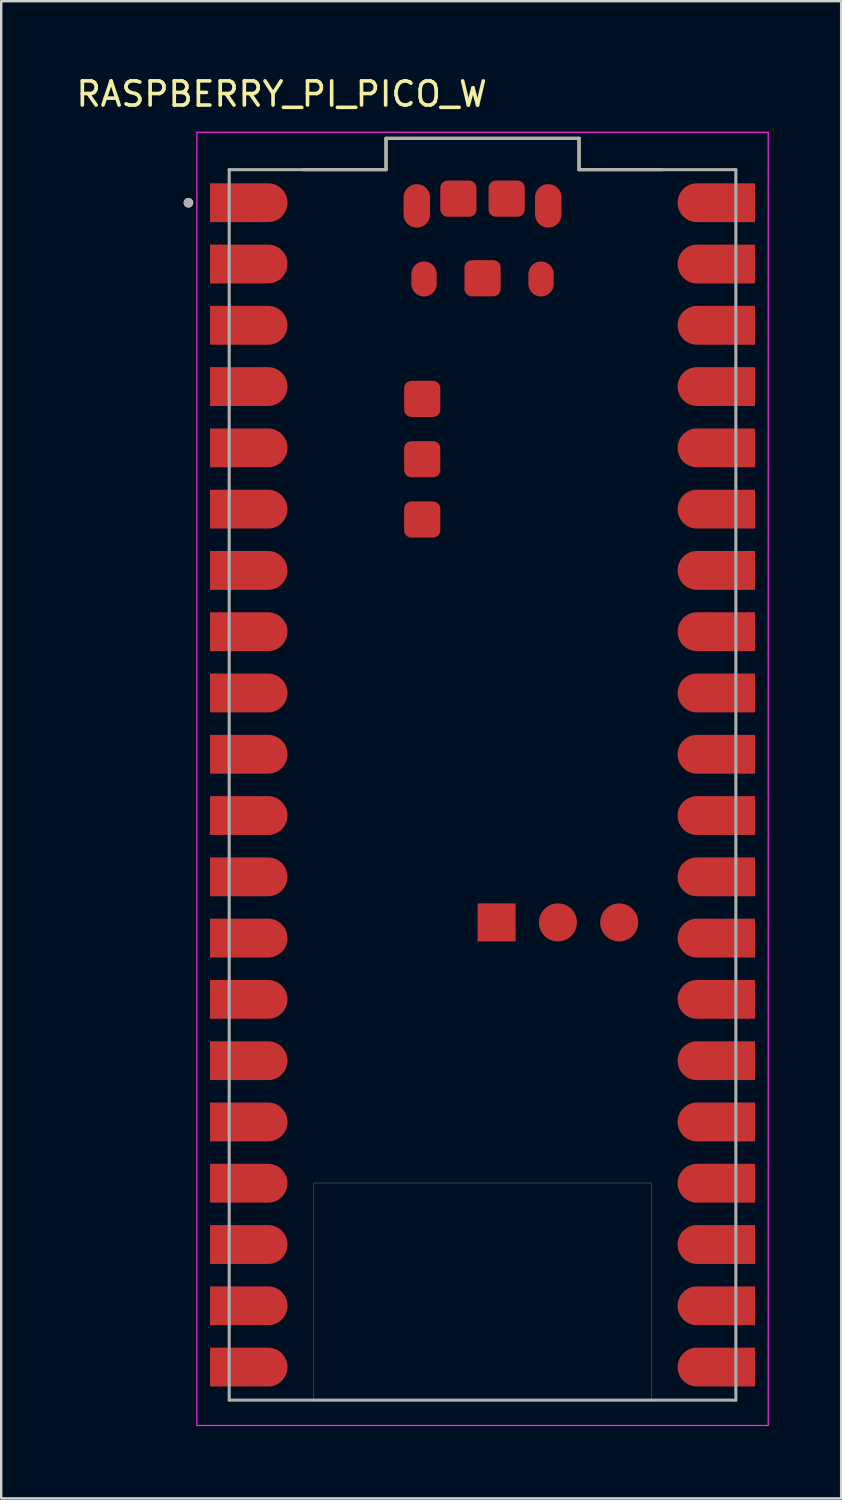
<source format=kicad_pcb>
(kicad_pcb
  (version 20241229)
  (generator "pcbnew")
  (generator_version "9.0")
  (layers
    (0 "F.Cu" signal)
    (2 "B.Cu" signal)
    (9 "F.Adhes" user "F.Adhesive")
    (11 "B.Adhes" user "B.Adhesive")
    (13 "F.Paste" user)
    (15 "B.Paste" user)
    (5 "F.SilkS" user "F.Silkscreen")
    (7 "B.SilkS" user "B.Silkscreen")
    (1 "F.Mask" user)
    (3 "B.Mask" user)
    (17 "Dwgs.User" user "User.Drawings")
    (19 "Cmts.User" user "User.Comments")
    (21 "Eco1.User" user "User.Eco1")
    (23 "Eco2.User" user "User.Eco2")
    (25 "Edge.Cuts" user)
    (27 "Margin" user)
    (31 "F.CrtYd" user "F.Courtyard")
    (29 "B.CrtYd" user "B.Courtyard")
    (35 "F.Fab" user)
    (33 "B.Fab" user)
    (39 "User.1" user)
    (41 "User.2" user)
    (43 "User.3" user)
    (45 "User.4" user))
  (footprint "RASPBERRY_PI_PICO_W"
    (layer "F.Cu")
    (at 16.95 29.483)
    (property "Reference" "RASPBERRY_PI_PICO_W" (at -8.325 -28.635 0) (layer "F.SilkS") (effects (font (size 1 1) (thickness 0.15))))
    (attr smd)
    (fp_poly (pts (xy -11.39 -23.23) (xy -11.39 -25.03) (xy -8.89 -25.03) (xy -8.843 -25.029) (xy -8.796 -25.025) (xy -8.749 -25.019) (xy -8.703 -25.01) (xy -8.657 -24.999) (xy -8.612 -24.986) (xy -8.567 -24.97) (xy -8.524 -24.952) (xy -8.481 -24.932) (xy -8.44 -24.909) (xy -8.4 -24.885) (xy -8.361 -24.858) (xy -8.324 -24.829) (xy -8.288 -24.799) (xy -8.254 -24.766) (xy -8.221 -24.732) (xy -8.191 -24.696) (xy -8.162 -24.659) (xy -8.135 -24.62) (xy -8.111 -24.58) (xy -8.088 -24.539) (xy -8.068 -24.496) (xy -8.05 -24.453) (xy -8.034 -24.408) (xy -8.021 -24.363) (xy -8.01 -24.317) (xy -8.001 -24.271) (xy -7.995 -24.224) (xy -7.991 -24.177) (xy -7.99 -24.13) (xy -7.991 -24.083) (xy -7.995 -24.036) (xy -8.001 -23.989) (xy -8.01 -23.943) (xy -8.021 -23.897) (xy -8.034 -23.852) (xy -8.05 -23.807) (xy -8.068 -23.764) (xy -8.088 -23.721) (xy -8.111 -23.68) (xy -8.135 -23.64) (xy -8.162 -23.601) (xy -8.191 -23.564) (xy -8.221 -23.528) (xy -8.254 -23.494) (xy -8.288 -23.461) (xy -8.324 -23.431) (xy -8.361 -23.402) (xy -8.4 -23.375) (xy -8.44 -23.351) (xy -8.481 -23.328) (xy -8.524 -23.308) (xy -8.567 -23.29) (xy -8.612 -23.274) (xy -8.657 -23.261) (xy -8.703 -23.25) (xy -8.749 -23.241) (xy -8.796 -23.235) (xy -8.843 -23.231) (xy -8.89 -23.23) (xy -11.39 -23.23)) (stroke (width 0.01) (type solid)) (fill yes) (layer "F.Mask"))
    (fp_poly (pts (xy -11.39 -20.69) (xy -11.39 -22.49) (xy -8.89 -22.49) (xy -8.843 -22.489) (xy -8.796 -22.485) (xy -8.749 -22.479) (xy -8.703 -22.47) (xy -8.657 -22.459) (xy -8.612 -22.446) (xy -8.567 -22.43) (xy -8.524 -22.412) (xy -8.481 -22.392) (xy -8.44 -22.369) (xy -8.4 -22.345) (xy -8.361 -22.318) (xy -8.324 -22.289) (xy -8.288 -22.259) (xy -8.254 -22.226) (xy -8.221 -22.192) (xy -8.191 -22.156) (xy -8.162 -22.119) (xy -8.135 -22.08) (xy -8.111 -22.04) (xy -8.088 -21.999) (xy -8.068 -21.956) (xy -8.05 -21.913) (xy -8.034 -21.868) (xy -8.021 -21.823) (xy -8.01 -21.777) (xy -8.001 -21.731) (xy -7.995 -21.684) (xy -7.991 -21.637) (xy -7.99 -21.59) (xy -7.991 -21.543) (xy -7.995 -21.496) (xy -8.001 -21.449) (xy -8.01 -21.403) (xy -8.021 -21.357) (xy -8.034 -21.312) (xy -8.05 -21.267) (xy -8.068 -21.224) (xy -8.088 -21.181) (xy -8.111 -21.14) (xy -8.135 -21.1) (xy -8.162 -21.061) (xy -8.191 -21.024) (xy -8.221 -20.988) (xy -8.254 -20.954) (xy -8.288 -20.921) (xy -8.324 -20.891) (xy -8.361 -20.862) (xy -8.4 -20.835) (xy -8.44 -20.811) (xy -8.481 -20.788) (xy -8.524 -20.768) (xy -8.567 -20.75) (xy -8.612 -20.734) (xy -8.657 -20.721) (xy -8.703 -20.71) (xy -8.749 -20.701) (xy -8.796 -20.695) (xy -8.843 -20.691) (xy -8.89 -20.69) (xy -11.39 -20.69)) (stroke (width 0.01) (type solid)) (fill yes) (layer "F.Mask"))
    (fp_poly (pts (xy -11.39 -15.61) (xy -11.39 -17.41) (xy -8.89 -17.41) (xy -8.843 -17.409) (xy -8.796 -17.405) (xy -8.749 -17.399) (xy -8.703 -17.39) (xy -8.657 -17.379) (xy -8.612 -17.366) (xy -8.567 -17.35) (xy -8.524 -17.332) (xy -8.481 -17.312) (xy -8.44 -17.289) (xy -8.4 -17.265) (xy -8.361 -17.238) (xy -8.324 -17.209) (xy -8.288 -17.179) (xy -8.254 -17.146) (xy -8.221 -17.112) (xy -8.191 -17.076) (xy -8.162 -17.039) (xy -8.135 -17) (xy -8.111 -16.96) (xy -8.088 -16.919) (xy -8.068 -16.876) (xy -8.05 -16.833) (xy -8.034 -16.788) (xy -8.021 -16.743) (xy -8.01 -16.697) (xy -8.001 -16.651) (xy -7.995 -16.604) (xy -7.991 -16.557) (xy -7.99 -16.51) (xy -7.991 -16.463) (xy -7.995 -16.416) (xy -8.001 -16.369) (xy -8.01 -16.323) (xy -8.021 -16.277) (xy -8.034 -16.232) (xy -8.05 -16.187) (xy -8.068 -16.144) (xy -8.088 -16.101) (xy -8.111 -16.06) (xy -8.135 -16.02) (xy -8.162 -15.981) (xy -8.191 -15.944) (xy -8.221 -15.908) (xy -8.254 -15.874) (xy -8.288 -15.841) (xy -8.324 -15.811) (xy -8.361 -15.782) (xy -8.4 -15.755) (xy -8.44 -15.731) (xy -8.481 -15.708) (xy -8.524 -15.688) (xy -8.567 -15.67) (xy -8.612 -15.654) (xy -8.657 -15.641) (xy -8.703 -15.63) (xy -8.749 -15.621) (xy -8.796 -15.615) (xy -8.843 -15.611) (xy -8.89 -15.61) (xy -11.39 -15.61)) (stroke (width 0.01) (type solid)) (fill yes) (layer "F.Mask"))
    (fp_poly (pts (xy -11.39 -13.07) (xy -11.39 -14.87) (xy -8.89 -14.87) (xy -8.843 -14.869) (xy -8.796 -14.865) (xy -8.749 -14.859) (xy -8.703 -14.85) (xy -8.657 -14.839) (xy -8.612 -14.826) (xy -8.567 -14.81) (xy -8.524 -14.792) (xy -8.481 -14.772) (xy -8.44 -14.749) (xy -8.4 -14.725) (xy -8.361 -14.698) (xy -8.324 -14.669) (xy -8.288 -14.639) (xy -8.254 -14.606) (xy -8.221 -14.572) (xy -8.191 -14.536) (xy -8.162 -14.499) (xy -8.135 -14.46) (xy -8.111 -14.42) (xy -8.088 -14.379) (xy -8.068 -14.336) (xy -8.05 -14.293) (xy -8.034 -14.248) (xy -8.021 -14.203) (xy -8.01 -14.157) (xy -8.001 -14.111) (xy -7.995 -14.064) (xy -7.991 -14.017) (xy -7.99 -13.97) (xy -7.991 -13.923) (xy -7.995 -13.876) (xy -8.001 -13.829) (xy -8.01 -13.783) (xy -8.021 -13.737) (xy -8.034 -13.692) (xy -8.05 -13.647) (xy -8.068 -13.604) (xy -8.088 -13.561) (xy -8.111 -13.52) (xy -8.135 -13.48) (xy -8.162 -13.441) (xy -8.191 -13.404) (xy -8.221 -13.368) (xy -8.254 -13.334) (xy -8.288 -13.301) (xy -8.324 -13.271) (xy -8.361 -13.242) (xy -8.4 -13.215) (xy -8.44 -13.191) (xy -8.481 -13.168) (xy -8.524 -13.148) (xy -8.567 -13.13) (xy -8.612 -13.114) (xy -8.657 -13.101) (xy -8.703 -13.09) (xy -8.749 -13.081) (xy -8.796 -13.075) (xy -8.843 -13.071) (xy -8.89 -13.07) (xy -11.39 -13.07)) (stroke (width 0.01) (type solid)) (fill yes) (layer "F.Mask"))
    (fp_poly (pts (xy -11.39 -10.53) (xy -11.39 -12.33) (xy -8.89 -12.33) (xy -8.843 -12.329) (xy -8.796 -12.325) (xy -8.749 -12.319) (xy -8.703 -12.31) (xy -8.657 -12.299) (xy -8.612 -12.286) (xy -8.567 -12.27) (xy -8.524 -12.252) (xy -8.481 -12.232) (xy -8.44 -12.209) (xy -8.4 -12.185) (xy -8.361 -12.158) (xy -8.324 -12.129) (xy -8.288 -12.099) (xy -8.254 -12.066) (xy -8.221 -12.032) (xy -8.191 -11.996) (xy -8.162 -11.959) (xy -8.135 -11.92) (xy -8.111 -11.88) (xy -8.088 -11.839) (xy -8.068 -11.796) (xy -8.05 -11.753) (xy -8.034 -11.708) (xy -8.021 -11.663) (xy -8.01 -11.617) (xy -8.001 -11.571) (xy -7.995 -11.524) (xy -7.991 -11.477) (xy -7.99 -11.43) (xy -7.991 -11.383) (xy -7.995 -11.336) (xy -8.001 -11.289) (xy -8.01 -11.243) (xy -8.021 -11.197) (xy -8.034 -11.152) (xy -8.05 -11.107) (xy -8.068 -11.064) (xy -8.088 -11.021) (xy -8.111 -10.98) (xy -8.135 -10.94) (xy -8.162 -10.901) (xy -8.191 -10.864) (xy -8.221 -10.828) (xy -8.254 -10.794) (xy -8.288 -10.761) (xy -8.324 -10.731) (xy -8.361 -10.702) (xy -8.4 -10.675) (xy -8.44 -10.651) (xy -8.481 -10.628) (xy -8.524 -10.608) (xy -8.567 -10.59) (xy -8.612 -10.574) (xy -8.657 -10.561) (xy -8.703 -10.55) (xy -8.749 -10.541) (xy -8.796 -10.535) (xy -8.843 -10.531) (xy -8.89 -10.53) (xy -11.39 -10.53)) (stroke (width 0.01) (type solid)) (fill yes) (layer "F.Mask"))
    (fp_poly (pts (xy -11.39 -7.99) (xy -11.39 -9.79) (xy -8.89 -9.79) (xy -8.843 -9.789) (xy -8.796 -9.785) (xy -8.749 -9.779) (xy -8.703 -9.77) (xy -8.657 -9.759) (xy -8.612 -9.746) (xy -8.567 -9.73) (xy -8.524 -9.712) (xy -8.481 -9.692) (xy -8.44 -9.669) (xy -8.4 -9.645) (xy -8.361 -9.618) (xy -8.324 -9.589) (xy -8.288 -9.559) (xy -8.254 -9.526) (xy -8.221 -9.492) (xy -8.191 -9.456) (xy -8.162 -9.419) (xy -8.135 -9.38) (xy -8.111 -9.34) (xy -8.088 -9.299) (xy -8.068 -9.256) (xy -8.05 -9.213) (xy -8.034 -9.168) (xy -8.021 -9.123) (xy -8.01 -9.077) (xy -8.001 -9.031) (xy -7.995 -8.984) (xy -7.991 -8.937) (xy -7.99 -8.89) (xy -7.991 -8.843) (xy -7.995 -8.796) (xy -8.001 -8.749) (xy -8.01 -8.703) (xy -8.021 -8.657) (xy -8.034 -8.612) (xy -8.05 -8.567) (xy -8.068 -8.524) (xy -8.088 -8.481) (xy -8.111 -8.44) (xy -8.135 -8.4) (xy -8.162 -8.361) (xy -8.191 -8.324) (xy -8.221 -8.288) (xy -8.254 -8.254) (xy -8.288 -8.221) (xy -8.324 -8.191) (xy -8.361 -8.162) (xy -8.4 -8.135) (xy -8.44 -8.111) (xy -8.481 -8.088) (xy -8.524 -8.068) (xy -8.567 -8.05) (xy -8.612 -8.034) (xy -8.657 -8.021) (xy -8.703 -8.01) (xy -8.749 -8.001) (xy -8.796 -7.995) (xy -8.843 -7.991) (xy -8.89 -7.99) (xy -11.39 -7.99)) (stroke (width 0.01) (type solid)) (fill yes) (layer "F.Mask"))
    (fp_poly (pts (xy -11.39 -2.91) (xy -11.39 -4.71) (xy -8.89 -4.71) (xy -8.843 -4.709) (xy -8.796 -4.705) (xy -8.749 -4.699) (xy -8.703 -4.69) (xy -8.657 -4.679) (xy -8.612 -4.666) (xy -8.567 -4.65) (xy -8.524 -4.632) (xy -8.481 -4.612) (xy -8.44 -4.589) (xy -8.4 -4.565) (xy -8.361 -4.538) (xy -8.324 -4.509) (xy -8.288 -4.479) (xy -8.254 -4.446) (xy -8.221 -4.412) (xy -8.191 -4.376) (xy -8.162 -4.339) (xy -8.135 -4.3) (xy -8.111 -4.26) (xy -8.088 -4.219) (xy -8.068 -4.176) (xy -8.05 -4.133) (xy -8.034 -4.088) (xy -8.021 -4.043) (xy -8.01 -3.997) (xy -8.001 -3.951) (xy -7.995 -3.904) (xy -7.991 -3.857) (xy -7.99 -3.81) (xy -7.991 -3.763) (xy -7.995 -3.716) (xy -8.001 -3.669) (xy -8.01 -3.623) (xy -8.021 -3.577) (xy -8.034 -3.532) (xy -8.05 -3.487) (xy -8.068 -3.444) (xy -8.088 -3.401) (xy -8.111 -3.36) (xy -8.135 -3.32) (xy -8.162 -3.281) (xy -8.191 -3.244) (xy -8.221 -3.208) (xy -8.254 -3.174) (xy -8.288 -3.141) (xy -8.324 -3.111) (xy -8.361 -3.082) (xy -8.4 -3.055) (xy -8.44 -3.031) (xy -8.481 -3.008) (xy -8.524 -2.988) (xy -8.567 -2.97) (xy -8.612 -2.954) (xy -8.657 -2.941) (xy -8.703 -2.93) (xy -8.749 -2.921) (xy -8.796 -2.915) (xy -8.843 -2.911) (xy -8.89 -2.91) (xy -11.39 -2.91)) (stroke (width 0.01) (type solid)) (fill yes) (layer "F.Mask"))
    (fp_poly (pts (xy -11.39 -0.37) (xy -11.39 -2.17) (xy -8.89 -2.17) (xy -8.843 -2.169) (xy -8.796 -2.165) (xy -8.749 -2.159) (xy -8.703 -2.15) (xy -8.657 -2.139) (xy -8.612 -2.126) (xy -8.567 -2.11) (xy -8.524 -2.092) (xy -8.481 -2.072) (xy -8.44 -2.049) (xy -8.4 -2.025) (xy -8.361 -1.998) (xy -8.324 -1.969) (xy -8.288 -1.939) (xy -8.254 -1.906) (xy -8.221 -1.872) (xy -8.191 -1.836) (xy -8.162 -1.799) (xy -8.135 -1.76) (xy -8.111 -1.72) (xy -8.088 -1.679) (xy -8.068 -1.636) (xy -8.05 -1.593) (xy -8.034 -1.548) (xy -8.021 -1.503) (xy -8.01 -1.457) (xy -8.001 -1.411) (xy -7.995 -1.364) (xy -7.991 -1.317) (xy -7.99 -1.27) (xy -7.991 -1.223) (xy -7.995 -1.176) (xy -8.001 -1.129) (xy -8.01 -1.083) (xy -8.021 -1.037) (xy -8.034 -0.992) (xy -8.05 -0.947) (xy -8.068 -0.904) (xy -8.088 -0.861) (xy -8.111 -0.82) (xy -8.135 -0.78) (xy -8.162 -0.741) (xy -8.191 -0.704) (xy -8.221 -0.668) (xy -8.254 -0.634) (xy -8.288 -0.601) (xy -8.324 -0.571) (xy -8.361 -0.542) (xy -8.4 -0.515) (xy -8.44 -0.491) (xy -8.481 -0.468) (xy -8.524 -0.448) (xy -8.567 -0.43) (xy -8.612 -0.414) (xy -8.657 -0.401) (xy -8.703 -0.39) (xy -8.749 -0.381) (xy -8.796 -0.375) (xy -8.843 -0.371) (xy -8.89 -0.37) (xy -11.39 -0.37)) (stroke (width 0.01) (type solid)) (fill yes) (layer "F.Mask"))
    (fp_poly (pts (xy -11.39 2.17) (xy -11.39 0.37) (xy -8.89 0.37) (xy -8.843 0.371) (xy -8.796 0.375) (xy -8.749 0.381) (xy -8.703 0.39) (xy -8.657 0.401) (xy -8.612 0.414) (xy -8.567 0.43) (xy -8.524 0.448) (xy -8.481 0.468) (xy -8.44 0.491) (xy -8.4 0.515) (xy -8.361 0.542) (xy -8.324 0.571) (xy -8.288 0.601) (xy -8.254 0.634) (xy -8.221 0.668) (xy -8.191 0.704) (xy -8.162 0.741) (xy -8.135 0.78) (xy -8.111 0.82) (xy -8.088 0.861) (xy -8.068 0.904) (xy -8.05 0.947) (xy -8.034 0.992) (xy -8.021 1.037) (xy -8.01 1.083) (xy -8.001 1.129) (xy -7.995 1.176) (xy -7.991 1.223) (xy -7.99 1.27) (xy -7.991 1.317) (xy -7.995 1.364) (xy -8.001 1.411) (xy -8.01 1.457) (xy -8.021 1.503) (xy -8.034 1.548) (xy -8.05 1.593) (xy -8.068 1.636) (xy -8.088 1.679) (xy -8.111 1.72) (xy -8.135 1.76) (xy -8.162 1.799) (xy -8.191 1.836) (xy -8.221 1.872) (xy -8.254 1.906) (xy -8.288 1.939) (xy -8.324 1.969) (xy -8.361 1.998) (xy -8.4 2.025) (xy -8.44 2.049) (xy -8.481 2.072) (xy -8.524 2.092) (xy -8.567 2.11) (xy -8.612 2.126) (xy -8.657 2.139) (xy -8.703 2.15) (xy -8.749 2.159) (xy -8.796 2.165) (xy -8.843 2.169) (xy -8.89 2.17) (xy -11.39 2.17)) (stroke (width 0.01) (type solid)) (fill yes) (layer "F.Mask"))
    (fp_poly (pts (xy -11.39 4.71) (xy -11.39 2.91) (xy -8.89 2.91) (xy -8.843 2.911) (xy -8.796 2.915) (xy -8.749 2.921) (xy -8.703 2.93) (xy -8.657 2.941) (xy -8.612 2.954) (xy -8.567 2.97) (xy -8.524 2.988) (xy -8.481 3.008) (xy -8.44 3.031) (xy -8.4 3.055) (xy -8.361 3.082) (xy -8.324 3.111) (xy -8.288 3.141) (xy -8.254 3.174) (xy -8.221 3.208) (xy -8.191 3.244) (xy -8.162 3.281) (xy -8.135 3.32) (xy -8.111 3.36) (xy -8.088 3.401) (xy -8.068 3.444) (xy -8.05 3.487) (xy -8.034 3.532) (xy -8.021 3.577) (xy -8.01 3.623) (xy -8.001 3.669) (xy -7.995 3.716) (xy -7.991 3.763) (xy -7.99 3.81) (xy -7.991 3.857) (xy -7.995 3.904) (xy -8.001 3.951) (xy -8.01 3.997) (xy -8.021 4.043) (xy -8.034 4.088) (xy -8.05 4.133) (xy -8.068 4.176) (xy -8.088 4.219) (xy -8.111 4.26) (xy -8.135 4.3) (xy -8.162 4.339) (xy -8.191 4.376) (xy -8.221 4.412) (xy -8.254 4.446) (xy -8.288 4.479) (xy -8.324 4.509) (xy -8.361 4.538) (xy -8.4 4.565) (xy -8.44 4.589) (xy -8.481 4.612) (xy -8.524 4.632) (xy -8.567 4.65) (xy -8.612 4.666) (xy -8.657 4.679) (xy -8.703 4.69) (xy -8.749 4.699) (xy -8.796 4.705) (xy -8.843 4.709) (xy -8.89 4.71) (xy -11.39 4.71)) (stroke (width 0.01) (type solid)) (fill yes) (layer "F.Mask"))
    (fp_poly (pts (xy -11.39 9.79) (xy -11.39 7.99) (xy -8.89 7.99) (xy -8.843 7.991) (xy -8.796 7.995) (xy -8.749 8.001) (xy -8.703 8.01) (xy -8.657 8.021) (xy -8.612 8.034) (xy -8.567 8.05) (xy -8.524 8.068) (xy -8.481 8.088) (xy -8.44 8.111) (xy -8.4 8.135) (xy -8.361 8.162) (xy -8.324 8.191) (xy -8.288 8.221) (xy -8.254 8.254) (xy -8.221 8.288) (xy -8.191 8.324) (xy -8.162 8.361) (xy -8.135 8.4) (xy -8.111 8.44) (xy -8.088 8.481) (xy -8.068 8.524) (xy -8.05 8.567) (xy -8.034 8.612) (xy -8.021 8.657) (xy -8.01 8.703) (xy -8.001 8.749) (xy -7.995 8.796) (xy -7.991 8.843) (xy -7.99 8.89) (xy -7.991 8.937) (xy -7.995 8.984) (xy -8.001 9.031) (xy -8.01 9.077) (xy -8.021 9.123) (xy -8.034 9.168) (xy -8.05 9.213) (xy -8.068 9.256) (xy -8.088 9.299) (xy -8.111 9.34) (xy -8.135 9.38) (xy -8.162 9.419) (xy -8.191 9.456) (xy -8.221 9.492) (xy -8.254 9.526) (xy -8.288 9.559) (xy -8.324 9.589) (xy -8.361 9.618) (xy -8.4 9.645) (xy -8.44 9.669) (xy -8.481 9.692) (xy -8.524 9.712) (xy -8.567 9.73) (xy -8.612 9.746) (xy -8.657 9.759) (xy -8.703 9.77) (xy -8.749 9.779) (xy -8.796 9.785) (xy -8.843 9.789) (xy -8.89 9.79) (xy -11.39 9.79)) (stroke (width 0.01) (type solid)) (fill yes) (layer "F.Mask"))
    (fp_poly (pts (xy -11.39 12.33) (xy -11.39 10.53) (xy -8.89 10.53) (xy -8.843 10.531) (xy -8.796 10.535) (xy -8.749 10.541) (xy -8.703 10.55) (xy -8.657 10.561) (xy -8.612 10.574) (xy -8.567 10.59) (xy -8.524 10.608) (xy -8.481 10.628) (xy -8.44 10.651) (xy -8.4 10.675) (xy -8.361 10.702) (xy -8.324 10.731) (xy -8.288 10.761) (xy -8.254 10.794) (xy -8.221 10.828) (xy -8.191 10.864) (xy -8.162 10.901) (xy -8.135 10.94) (xy -8.111 10.98) (xy -8.088 11.021) (xy -8.068 11.064) (xy -8.05 11.107) (xy -8.034 11.152) (xy -8.021 11.197) (xy -8.01 11.243) (xy -8.001 11.289) (xy -7.995 11.336) (xy -7.991 11.383) (xy -7.99 11.43) (xy -7.991 11.477) (xy -7.995 11.524) (xy -8.001 11.571) (xy -8.01 11.617) (xy -8.021 11.663) (xy -8.034 11.708) (xy -8.05 11.753) (xy -8.068 11.796) (xy -8.088 11.839) (xy -8.111 11.88) (xy -8.135 11.92) (xy -8.162 11.959) (xy -8.191 11.996) (xy -8.221 12.032) (xy -8.254 12.066) (xy -8.288 12.099) (xy -8.324 12.129) (xy -8.361 12.158) (xy -8.4 12.185) (xy -8.44 12.209) (xy -8.481 12.232) (xy -8.524 12.252) (xy -8.567 12.27) (xy -8.612 12.286) (xy -8.657 12.299) (xy -8.703 12.31) (xy -8.749 12.319) (xy -8.796 12.325) (xy -8.843 12.329) (xy -8.89 12.33) (xy -11.39 12.33)) (stroke (width 0.01) (type solid)) (fill yes) (layer "F.Mask"))
    (fp_poly (pts (xy -11.39 14.87) (xy -11.39 13.07) (xy -8.89 13.07) (xy -8.843 13.071) (xy -8.796 13.075) (xy -8.749 13.081) (xy -8.703 13.09) (xy -8.657 13.101) (xy -8.612 13.114) (xy -8.567 13.13) (xy -8.524 13.148) (xy -8.481 13.168) (xy -8.44 13.191) (xy -8.4 13.215) (xy -8.361 13.242) (xy -8.324 13.271) (xy -8.288 13.301) (xy -8.254 13.334) (xy -8.221 13.368) (xy -8.191 13.404) (xy -8.162 13.441) (xy -8.135 13.48) (xy -8.111 13.52) (xy -8.088 13.561) (xy -8.068 13.604) (xy -8.05 13.647) (xy -8.034 13.692) (xy -8.021 13.737) (xy -8.01 13.783) (xy -8.001 13.829) (xy -7.995 13.876) (xy -7.991 13.923) (xy -7.99 13.97) (xy -7.991 14.017) (xy -7.995 14.064) (xy -8.001 14.111) (xy -8.01 14.157) (xy -8.021 14.203) (xy -8.034 14.248) (xy -8.05 14.293) (xy -8.068 14.336) (xy -8.088 14.379) (xy -8.111 14.42) (xy -8.135 14.46) (xy -8.162 14.499) (xy -8.191 14.536) (xy -8.221 14.572) (xy -8.254 14.606) (xy -8.288 14.639) (xy -8.324 14.669) (xy -8.361 14.698) (xy -8.4 14.725) (xy -8.44 14.749) (xy -8.481 14.772) (xy -8.524 14.792) (xy -8.567 14.81) (xy -8.612 14.826) (xy -8.657 14.839) (xy -8.703 14.85) (xy -8.749 14.859) (xy -8.796 14.865) (xy -8.843 14.869) (xy -8.89 14.87) (xy -11.39 14.87)) (stroke (width 0.01) (type solid)) (fill yes) (layer "F.Mask"))
    (fp_poly (pts (xy -11.39 17.41) (xy -11.39 15.61) (xy -8.89 15.61) (xy -8.843 15.611) (xy -8.796 15.615) (xy -8.749 15.621) (xy -8.703 15.63) (xy -8.657 15.641) (xy -8.612 15.654) (xy -8.567 15.67) (xy -8.524 15.688) (xy -8.481 15.708) (xy -8.44 15.731) (xy -8.4 15.755) (xy -8.361 15.782) (xy -8.324 15.811) (xy -8.288 15.841) (xy -8.254 15.874) (xy -8.221 15.908) (xy -8.191 15.944) (xy -8.162 15.981) (xy -8.135 16.02) (xy -8.111 16.06) (xy -8.088 16.101) (xy -8.068 16.144) (xy -8.05 16.187) (xy -8.034 16.232) (xy -8.021 16.277) (xy -8.01 16.323) (xy -8.001 16.369) (xy -7.995 16.416) (xy -7.991 16.463) (xy -7.99 16.51) (xy -7.991 16.557) (xy -7.995 16.604) (xy -8.001 16.651) (xy -8.01 16.697) (xy -8.021 16.743) (xy -8.034 16.788) (xy -8.05 16.833) (xy -8.068 16.876) (xy -8.088 16.919) (xy -8.111 16.96) (xy -8.135 17) (xy -8.162 17.039) (xy -8.191 17.076) (xy -8.221 17.112) (xy -8.254 17.146) (xy -8.288 17.179) (xy -8.324 17.209) (xy -8.361 17.238) (xy -8.4 17.265) (xy -8.44 17.289) (xy -8.481 17.312) (xy -8.524 17.332) (xy -8.567 17.35) (xy -8.612 17.366) (xy -8.657 17.379) (xy -8.703 17.39) (xy -8.749 17.399) (xy -8.796 17.405) (xy -8.843 17.409) (xy -8.89 17.41) (xy -11.39 17.41)) (stroke (width 0.01) (type solid)) (fill yes) (layer "F.Mask"))
    (fp_poly (pts (xy -11.39 22.49) (xy -11.39 20.69) (xy -8.89 20.69) (xy -8.843 20.691) (xy -8.796 20.695) (xy -8.749 20.701) (xy -8.703 20.71) (xy -8.657 20.721) (xy -8.612 20.734) (xy -8.567 20.75) (xy -8.524 20.768) (xy -8.481 20.788) (xy -8.44 20.811) (xy -8.4 20.835) (xy -8.361 20.862) (xy -8.324 20.891) (xy -8.288 20.921) (xy -8.254 20.954) (xy -8.221 20.988) (xy -8.191 21.024) (xy -8.162 21.061) (xy -8.135 21.1) (xy -8.111 21.14) (xy -8.088 21.181) (xy -8.068 21.224) (xy -8.05 21.267) (xy -8.034 21.312) (xy -8.021 21.357) (xy -8.01 21.403) (xy -8.001 21.449) (xy -7.995 21.496) (xy -7.991 21.543) (xy -7.99 21.59) (xy -7.991 21.637) (xy -7.995 21.684) (xy -8.001 21.731) (xy -8.01 21.777) (xy -8.021 21.823) (xy -8.034 21.868) (xy -8.05 21.913) (xy -8.068 21.956) (xy -8.088 21.999) (xy -8.111 22.04) (xy -8.135 22.08) (xy -8.162 22.119) (xy -8.191 22.156) (xy -8.221 22.192) (xy -8.254 22.226) (xy -8.288 22.259) (xy -8.324 22.289) (xy -8.361 22.318) (xy -8.4 22.345) (xy -8.44 22.369) (xy -8.481 22.392) (xy -8.524 22.412) (xy -8.567 22.43) (xy -8.612 22.446) (xy -8.657 22.459) (xy -8.703 22.47) (xy -8.749 22.479) (xy -8.796 22.485) (xy -8.843 22.489) (xy -8.89 22.49) (xy -11.39 22.49)) (stroke (width 0.01) (type solid)) (fill yes) (layer "F.Mask"))
    (fp_poly (pts (xy -11.39 25.03) (xy -11.39 23.23) (xy -8.89 23.23) (xy -8.843 23.231) (xy -8.796 23.235) (xy -8.749 23.241) (xy -8.703 23.25) (xy -8.657 23.261) (xy -8.612 23.274) (xy -8.567 23.29) (xy -8.524 23.308) (xy -8.481 23.328) (xy -8.44 23.351) (xy -8.4 23.375) (xy -8.361 23.402) (xy -8.324 23.431) (xy -8.288 23.461) (xy -8.254 23.494) (xy -8.221 23.528) (xy -8.191 23.564) (xy -8.162 23.601) (xy -8.135 23.64) (xy -8.111 23.68) (xy -8.088 23.721) (xy -8.068 23.764) (xy -8.05 23.807) (xy -8.034 23.852) (xy -8.021 23.897) (xy -8.01 23.943) (xy -8.001 23.989) (xy -7.995 24.036) (xy -7.991 24.083) (xy -7.99 24.13) (xy -7.991 24.177) (xy -7.995 24.224) (xy -8.001 24.271) (xy -8.01 24.317) (xy -8.021 24.363) (xy -8.034 24.408) (xy -8.05 24.453) (xy -8.068 24.496) (xy -8.088 24.539) (xy -8.111 24.58) (xy -8.135 24.62) (xy -8.162 24.659) (xy -8.191 24.696) (xy -8.221 24.732) (xy -8.254 24.766) (xy -8.288 24.799) (xy -8.324 24.829) (xy -8.361 24.858) (xy -8.4 24.885) (xy -8.44 24.909) (xy -8.481 24.932) (xy -8.524 24.952) (xy -8.567 24.97) (xy -8.612 24.986) (xy -8.657 24.999) (xy -8.703 25.01) (xy -8.749 25.019) (xy -8.796 25.025) (xy -8.843 25.029) (xy -8.89 25.03) (xy -11.39 25.03)) (stroke (width 0.01) (type solid)) (fill yes) (layer "F.Mask"))
    (fp_poly (pts (xy 11.39 -23.23) (xy 11.39 -25.03) (xy 8.89 -25.03) (xy 8.843 -25.029) (xy 8.796 -25.025) (xy 8.749 -25.019) (xy 8.703 -25.01) (xy 8.657 -24.999) (xy 8.612 -24.986) (xy 8.567 -24.97) (xy 8.524 -24.952) (xy 8.481 -24.932) (xy 8.44 -24.909) (xy 8.4 -24.885) (xy 8.361 -24.858) (xy 8.324 -24.829) (xy 8.288 -24.799) (xy 8.254 -24.766) (xy 8.221 -24.732) (xy 8.191 -24.696) (xy 8.162 -24.659) (xy 8.135 -24.62) (xy 8.111 -24.58) (xy 8.088 -24.539) (xy 8.068 -24.496) (xy 8.05 -24.453) (xy 8.034 -24.408) (xy 8.021 -24.363) (xy 8.01 -24.317) (xy 8.001 -24.271) (xy 7.995 -24.224) (xy 7.991 -24.177) (xy 7.99 -24.13) (xy 7.991 -24.083) (xy 7.995 -24.036) (xy 8.001 -23.989) (xy 8.01 -23.943) (xy 8.021 -23.897) (xy 8.034 -23.852) (xy 8.05 -23.807) (xy 8.068 -23.764) (xy 8.088 -23.721) (xy 8.111 -23.68) (xy 8.135 -23.64) (xy 8.162 -23.601) (xy 8.191 -23.564) (xy 8.221 -23.528) (xy 8.254 -23.494) (xy 8.288 -23.461) (xy 8.324 -23.431) (xy 8.361 -23.402) (xy 8.4 -23.375) (xy 8.44 -23.351) (xy 8.481 -23.328) (xy 8.524 -23.308) (xy 8.567 -23.29) (xy 8.612 -23.274) (xy 8.657 -23.261) (xy 8.703 -23.25) (xy 8.749 -23.241) (xy 8.796 -23.235) (xy 8.843 -23.231) (xy 8.89 -23.23) (xy 11.39 -23.23)) (stroke (width 0.01) (type solid)) (fill yes) (layer "F.Mask"))
    (fp_poly (pts (xy 11.39 -20.69) (xy 11.39 -22.49) (xy 8.89 -22.49) (xy 8.843 -22.489) (xy 8.796 -22.485) (xy 8.749 -22.479) (xy 8.703 -22.47) (xy 8.657 -22.459) (xy 8.612 -22.446) (xy 8.567 -22.43) (xy 8.524 -22.412) (xy 8.481 -22.392) (xy 8.44 -22.369) (xy 8.4 -22.345) (xy 8.361 -22.318) (xy 8.324 -22.289) (xy 8.288 -22.259) (xy 8.254 -22.226) (xy 8.221 -22.192) (xy 8.191 -22.156) (xy 8.162 -22.119) (xy 8.135 -22.08) (xy 8.111 -22.04) (xy 8.088 -21.999) (xy 8.068 -21.956) (xy 8.05 -21.913) (xy 8.034 -21.868) (xy 8.021 -21.823) (xy 8.01 -21.777) (xy 8.001 -21.731) (xy 7.995 -21.684) (xy 7.991 -21.637) (xy 7.99 -21.59) (xy 7.991 -21.543) (xy 7.995 -21.496) (xy 8.001 -21.449) (xy 8.01 -21.403) (xy 8.021 -21.357) (xy 8.034 -21.312) (xy 8.05 -21.267) (xy 8.068 -21.224) (xy 8.088 -21.181) (xy 8.111 -21.14) (xy 8.135 -21.1) (xy 8.162 -21.061) (xy 8.191 -21.024) (xy 8.221 -20.988) (xy 8.254 -20.954) (xy 8.288 -20.921) (xy 8.324 -20.891) (xy 8.361 -20.862) (xy 8.4 -20.835) (xy 8.44 -20.811) (xy 8.481 -20.788) (xy 8.524 -20.768) (xy 8.567 -20.75) (xy 8.612 -20.734) (xy 8.657 -20.721) (xy 8.703 -20.71) (xy 8.749 -20.701) (xy 8.796 -20.695) (xy 8.843 -20.691) (xy 8.89 -20.69) (xy 11.39 -20.69)) (stroke (width 0.01) (type solid)) (fill yes) (layer "F.Mask"))
    (fp_poly (pts (xy 11.39 -15.61) (xy 11.39 -17.41) (xy 8.89 -17.41) (xy 8.843 -17.409) (xy 8.796 -17.405) (xy 8.749 -17.399) (xy 8.703 -17.39) (xy 8.657 -17.379) (xy 8.612 -17.366) (xy 8.567 -17.35) (xy 8.524 -17.332) (xy 8.481 -17.312) (xy 8.44 -17.289) (xy 8.4 -17.265) (xy 8.361 -17.238) (xy 8.324 -17.209) (xy 8.288 -17.179) (xy 8.254 -17.146) (xy 8.221 -17.112) (xy 8.191 -17.076) (xy 8.162 -17.039) (xy 8.135 -17) (xy 8.111 -16.96) (xy 8.088 -16.919) (xy 8.068 -16.876) (xy 8.05 -16.833) (xy 8.034 -16.788) (xy 8.021 -16.743) (xy 8.01 -16.697) (xy 8.001 -16.651) (xy 7.995 -16.604) (xy 7.991 -16.557) (xy 7.99 -16.51) (xy 7.991 -16.463) (xy 7.995 -16.416) (xy 8.001 -16.369) (xy 8.01 -16.323) (xy 8.021 -16.277) (xy 8.034 -16.232) (xy 8.05 -16.187) (xy 8.068 -16.144) (xy 8.088 -16.101) (xy 8.111 -16.06) (xy 8.135 -16.02) (xy 8.162 -15.981) (xy 8.191 -15.944) (xy 8.221 -15.908) (xy 8.254 -15.874) (xy 8.288 -15.841) (xy 8.324 -15.811) (xy 8.361 -15.782) (xy 8.4 -15.755) (xy 8.44 -15.731) (xy 8.481 -15.708) (xy 8.524 -15.688) (xy 8.567 -15.67) (xy 8.612 -15.654) (xy 8.657 -15.641) (xy 8.703 -15.63) (xy 8.749 -15.621) (xy 8.796 -15.615) (xy 8.843 -15.611) (xy 8.89 -15.61) (xy 11.39 -15.61)) (stroke (width 0.01) (type solid)) (fill yes) (layer "F.Mask"))
    (fp_poly (pts (xy 11.39 -13.07) (xy 11.39 -14.87) (xy 8.89 -14.87) (xy 8.843 -14.869) (xy 8.796 -14.865) (xy 8.749 -14.859) (xy 8.703 -14.85) (xy 8.657 -14.839) (xy 8.612 -14.826) (xy 8.567 -14.81) (xy 8.524 -14.792) (xy 8.481 -14.772) (xy 8.44 -14.749) (xy 8.4 -14.725) (xy 8.361 -14.698) (xy 8.324 -14.669) (xy 8.288 -14.639) (xy 8.254 -14.606) (xy 8.221 -14.572) (xy 8.191 -14.536) (xy 8.162 -14.499) (xy 8.135 -14.46) (xy 8.111 -14.42) (xy 8.088 -14.379) (xy 8.068 -14.336) (xy 8.05 -14.293) (xy 8.034 -14.248) (xy 8.021 -14.203) (xy 8.01 -14.157) (xy 8.001 -14.111) (xy 7.995 -14.064) (xy 7.991 -14.017) (xy 7.99 -13.97) (xy 7.991 -13.923) (xy 7.995 -13.876) (xy 8.001 -13.829) (xy 8.01 -13.783) (xy 8.021 -13.737) (xy 8.034 -13.692) (xy 8.05 -13.647) (xy 8.068 -13.604) (xy 8.088 -13.561) (xy 8.111 -13.52) (xy 8.135 -13.48) (xy 8.162 -13.441) (xy 8.191 -13.404) (xy 8.221 -13.368) (xy 8.254 -13.334) (xy 8.288 -13.301) (xy 8.324 -13.271) (xy 8.361 -13.242) (xy 8.4 -13.215) (xy 8.44 -13.191) (xy 8.481 -13.168) (xy 8.524 -13.148) (xy 8.567 -13.13) (xy 8.612 -13.114) (xy 8.657 -13.101) (xy 8.703 -13.09) (xy 8.749 -13.081) (xy 8.796 -13.075) (xy 8.843 -13.071) (xy 8.89 -13.07) (xy 11.39 -13.07)) (stroke (width 0.01) (type solid)) (fill yes) (layer "F.Mask"))
    (fp_poly (pts (xy 11.39 -10.53) (xy 11.39 -12.33) (xy 8.89 -12.33) (xy 8.843 -12.329) (xy 8.796 -12.325) (xy 8.749 -12.319) (xy 8.703 -12.31) (xy 8.657 -12.299) (xy 8.612 -12.286) (xy 8.567 -12.27) (xy 8.524 -12.252) (xy 8.481 -12.232) (xy 8.44 -12.209) (xy 8.4 -12.185) (xy 8.361 -12.158) (xy 8.324 -12.129) (xy 8.288 -12.099) (xy 8.254 -12.066) (xy 8.221 -12.032) (xy 8.191 -11.996) (xy 8.162 -11.959) (xy 8.135 -11.92) (xy 8.111 -11.88) (xy 8.088 -11.839) (xy 8.068 -11.796) (xy 8.05 -11.753) (xy 8.034 -11.708) (xy 8.021 -11.663) (xy 8.01 -11.617) (xy 8.001 -11.571) (xy 7.995 -11.524) (xy 7.991 -11.477) (xy 7.99 -11.43) (xy 7.991 -11.383) (xy 7.995 -11.336) (xy 8.001 -11.289) (xy 8.01 -11.243) (xy 8.021 -11.197) (xy 8.034 -11.152) (xy 8.05 -11.107) (xy 8.068 -11.064) (xy 8.088 -11.021) (xy 8.111 -10.98) (xy 8.135 -10.94) (xy 8.162 -10.901) (xy 8.191 -10.864) (xy 8.221 -10.828) (xy 8.254 -10.794) (xy 8.288 -10.761) (xy 8.324 -10.731) (xy 8.361 -10.702) (xy 8.4 -10.675) (xy 8.44 -10.651) (xy 8.481 -10.628) (xy 8.524 -10.608) (xy 8.567 -10.59) (xy 8.612 -10.574) (xy 8.657 -10.561) (xy 8.703 -10.55) (xy 8.749 -10.541) (xy 8.796 -10.535) (xy 8.843 -10.531) (xy 8.89 -10.53) (xy 11.39 -10.53)) (stroke (width 0.01) (type solid)) (fill yes) (layer "F.Mask"))
    (fp_poly (pts (xy 11.39 -7.99) (xy 11.39 -9.79) (xy 8.89 -9.79) (xy 8.843 -9.789) (xy 8.796 -9.785) (xy 8.749 -9.779) (xy 8.703 -9.77) (xy 8.657 -9.759) (xy 8.612 -9.746) (xy 8.567 -9.73) (xy 8.524 -9.712) (xy 8.481 -9.692) (xy 8.44 -9.669) (xy 8.4 -9.645) (xy 8.361 -9.618) (xy 8.324 -9.589) (xy 8.288 -9.559) (xy 8.254 -9.526) (xy 8.221 -9.492) (xy 8.191 -9.456) (xy 8.162 -9.419) (xy 8.135 -9.38) (xy 8.111 -9.34) (xy 8.088 -9.299) (xy 8.068 -9.256) (xy 8.05 -9.213) (xy 8.034 -9.168) (xy 8.021 -9.123) (xy 8.01 -9.077) (xy 8.001 -9.031) (xy 7.995 -8.984) (xy 7.991 -8.937) (xy 7.99 -8.89) (xy 7.991 -8.843) (xy 7.995 -8.796) (xy 8.001 -8.749) (xy 8.01 -8.703) (xy 8.021 -8.657) (xy 8.034 -8.612) (xy 8.05 -8.567) (xy 8.068 -8.524) (xy 8.088 -8.481) (xy 8.111 -8.44) (xy 8.135 -8.4) (xy 8.162 -8.361) (xy 8.191 -8.324) (xy 8.221 -8.288) (xy 8.254 -8.254) (xy 8.288 -8.221) (xy 8.324 -8.191) (xy 8.361 -8.162) (xy 8.4 -8.135) (xy 8.44 -8.111) (xy 8.481 -8.088) (xy 8.524 -8.068) (xy 8.567 -8.05) (xy 8.612 -8.034) (xy 8.657 -8.021) (xy 8.703 -8.01) (xy 8.749 -8.001) (xy 8.796 -7.995) (xy 8.843 -7.991) (xy 8.89 -7.99) (xy 11.39 -7.99)) (stroke (width 0.01) (type solid)) (fill yes) (layer "F.Mask"))
    (fp_poly (pts (xy 11.39 -2.91) (xy 11.39 -4.71) (xy 8.89 -4.71) (xy 8.843 -4.709) (xy 8.796 -4.705) (xy 8.749 -4.699) (xy 8.703 -4.69) (xy 8.657 -4.679) (xy 8.612 -4.666) (xy 8.567 -4.65) (xy 8.524 -4.632) (xy 8.481 -4.612) (xy 8.44 -4.589) (xy 8.4 -4.565) (xy 8.361 -4.538) (xy 8.324 -4.509) (xy 8.288 -4.479) (xy 8.254 -4.446) (xy 8.221 -4.412) (xy 8.191 -4.376) (xy 8.162 -4.339) (xy 8.135 -4.3) (xy 8.111 -4.26) (xy 8.088 -4.219) (xy 8.068 -4.176) (xy 8.05 -4.133) (xy 8.034 -4.088) (xy 8.021 -4.043) (xy 8.01 -3.997) (xy 8.001 -3.951) (xy 7.995 -3.904) (xy 7.991 -3.857) (xy 7.99 -3.81) (xy 7.991 -3.763) (xy 7.995 -3.716) (xy 8.001 -3.669) (xy 8.01 -3.623) (xy 8.021 -3.577) (xy 8.034 -3.532) (xy 8.05 -3.487) (xy 8.068 -3.444) (xy 8.088 -3.401) (xy 8.111 -3.36) (xy 8.135 -3.32) (xy 8.162 -3.281) (xy 8.191 -3.244) (xy 8.221 -3.208) (xy 8.254 -3.174) (xy 8.288 -3.141) (xy 8.324 -3.111) (xy 8.361 -3.082) (xy 8.4 -3.055) (xy 8.44 -3.031) (xy 8.481 -3.008) (xy 8.524 -2.988) (xy 8.567 -2.97) (xy 8.612 -2.954) (xy 8.657 -2.941) (xy 8.703 -2.93) (xy 8.749 -2.921) (xy 8.796 -2.915) (xy 8.843 -2.911) (xy 8.89 -2.91) (xy 11.39 -2.91)) (stroke (width 0.01) (type solid)) (fill yes) (layer "F.Mask"))
    (fp_poly (pts (xy 11.39 -0.37) (xy 11.39 -2.17) (xy 8.89 -2.17) (xy 8.843 -2.169) (xy 8.796 -2.165) (xy 8.749 -2.159) (xy 8.703 -2.15) (xy 8.657 -2.139) (xy 8.612 -2.126) (xy 8.567 -2.11) (xy 8.524 -2.092) (xy 8.481 -2.072) (xy 8.44 -2.049) (xy 8.4 -2.025) (xy 8.361 -1.998) (xy 8.324 -1.969) (xy 8.288 -1.939) (xy 8.254 -1.906) (xy 8.221 -1.872) (xy 8.191 -1.836) (xy 8.162 -1.799) (xy 8.135 -1.76) (xy 8.111 -1.72) (xy 8.088 -1.679) (xy 8.068 -1.636) (xy 8.05 -1.593) (xy 8.034 -1.548) (xy 8.021 -1.503) (xy 8.01 -1.457) (xy 8.001 -1.411) (xy 7.995 -1.364) (xy 7.991 -1.317) (xy 7.99 -1.27) (xy 7.991 -1.223) (xy 7.995 -1.176) (xy 8.001 -1.129) (xy 8.01 -1.083) (xy 8.021 -1.037) (xy 8.034 -0.992) (xy 8.05 -0.947) (xy 8.068 -0.904) (xy 8.088 -0.861) (xy 8.111 -0.82) (xy 8.135 -0.78) (xy 8.162 -0.741) (xy 8.191 -0.704) (xy 8.221 -0.668) (xy 8.254 -0.634) (xy 8.288 -0.601) (xy 8.324 -0.571) (xy 8.361 -0.542) (xy 8.4 -0.515) (xy 8.44 -0.491) (xy 8.481 -0.468) (xy 8.524 -0.448) (xy 8.567 -0.43) (xy 8.612 -0.414) (xy 8.657 -0.401) (xy 8.703 -0.39) (xy 8.749 -0.381) (xy 8.796 -0.375) (xy 8.843 -0.371) (xy 8.89 -0.37) (xy 11.39 -0.37)) (stroke (width 0.01) (type solid)) (fill yes) (layer "F.Mask"))
    (fp_poly (pts (xy 11.39 2.17) (xy 11.39 0.37) (xy 8.89 0.37) (xy 8.843 0.371) (xy 8.796 0.375) (xy 8.749 0.381) (xy 8.703 0.39) (xy 8.657 0.401) (xy 8.612 0.414) (xy 8.567 0.43) (xy 8.524 0.448) (xy 8.481 0.468) (xy 8.44 0.491) (xy 8.4 0.515) (xy 8.361 0.542) (xy 8.324 0.571) (xy 8.288 0.601) (xy 8.254 0.634) (xy 8.221 0.668) (xy 8.191 0.704) (xy 8.162 0.741) (xy 8.135 0.78) (xy 8.111 0.82) (xy 8.088 0.861) (xy 8.068 0.904) (xy 8.05 0.947) (xy 8.034 0.992) (xy 8.021 1.037) (xy 8.01 1.083) (xy 8.001 1.129) (xy 7.995 1.176) (xy 7.991 1.223) (xy 7.99 1.27) (xy 7.991 1.317) (xy 7.995 1.364) (xy 8.001 1.411) (xy 8.01 1.457) (xy 8.021 1.503) (xy 8.034 1.548) (xy 8.05 1.593) (xy 8.068 1.636) (xy 8.088 1.679) (xy 8.111 1.72) (xy 8.135 1.76) (xy 8.162 1.799) (xy 8.191 1.836) (xy 8.221 1.872) (xy 8.254 1.906) (xy 8.288 1.939) (xy 8.324 1.969) (xy 8.361 1.998) (xy 8.4 2.025) (xy 8.44 2.049) (xy 8.481 2.072) (xy 8.524 2.092) (xy 8.567 2.11) (xy 8.612 2.126) (xy 8.657 2.139) (xy 8.703 2.15) (xy 8.749 2.159) (xy 8.796 2.165) (xy 8.843 2.169) (xy 8.89 2.17) (xy 11.39 2.17)) (stroke (width 0.01) (type solid)) (fill yes) (layer "F.Mask"))
    (fp_poly (pts (xy 11.39 4.71) (xy 11.39 2.91) (xy 8.89 2.91) (xy 8.843 2.911) (xy 8.796 2.915) (xy 8.749 2.921) (xy 8.703 2.93) (xy 8.657 2.941) (xy 8.612 2.954) (xy 8.567 2.97) (xy 8.524 2.988) (xy 8.481 3.008) (xy 8.44 3.031) (xy 8.4 3.055) (xy 8.361 3.082) (xy 8.324 3.111) (xy 8.288 3.141) (xy 8.254 3.174) (xy 8.221 3.208) (xy 8.191 3.244) (xy 8.162 3.281) (xy 8.135 3.32) (xy 8.111 3.36) (xy 8.088 3.401) (xy 8.068 3.444) (xy 8.05 3.487) (xy 8.034 3.532) (xy 8.021 3.577) (xy 8.01 3.623) (xy 8.001 3.669) (xy 7.995 3.716) (xy 7.991 3.763) (xy 7.99 3.81) (xy 7.991 3.857) (xy 7.995 3.904) (xy 8.001 3.951) (xy 8.01 3.997) (xy 8.021 4.043) (xy 8.034 4.088) (xy 8.05 4.133) (xy 8.068 4.176) (xy 8.088 4.219) (xy 8.111 4.26) (xy 8.135 4.3) (xy 8.162 4.339) (xy 8.191 4.376) (xy 8.221 4.412) (xy 8.254 4.446) (xy 8.288 4.479) (xy 8.324 4.509) (xy 8.361 4.538) (xy 8.4 4.565) (xy 8.44 4.589) (xy 8.481 4.612) (xy 8.524 4.632) (xy 8.567 4.65) (xy 8.612 4.666) (xy 8.657 4.679) (xy 8.703 4.69) (xy 8.749 4.699) (xy 8.796 4.705) (xy 8.843 4.709) (xy 8.89 4.71) (xy 11.39 4.71)) (stroke (width 0.01) (type solid)) (fill yes) (layer "F.Mask"))
    (fp_poly (pts (xy 11.39 9.79) (xy 11.39 7.99) (xy 8.89 7.99) (xy 8.843 7.991) (xy 8.796 7.995) (xy 8.749 8.001) (xy 8.703 8.01) (xy 8.657 8.021) (xy 8.612 8.034) (xy 8.567 8.05) (xy 8.524 8.068) (xy 8.481 8.088) (xy 8.44 8.111) (xy 8.4 8.135) (xy 8.361 8.162) (xy 8.324 8.191) (xy 8.288 8.221) (xy 8.254 8.254) (xy 8.221 8.288) (xy 8.191 8.324) (xy 8.162 8.361) (xy 8.135 8.4) (xy 8.111 8.44) (xy 8.088 8.481) (xy 8.068 8.524) (xy 8.05 8.567) (xy 8.034 8.612) (xy 8.021 8.657) (xy 8.01 8.703) (xy 8.001 8.749) (xy 7.995 8.796) (xy 7.991 8.843) (xy 7.99 8.89) (xy 7.991 8.937) (xy 7.995 8.984) (xy 8.001 9.031) (xy 8.01 9.077) (xy 8.021 9.123) (xy 8.034 9.168) (xy 8.05 9.213) (xy 8.068 9.256) (xy 8.088 9.299) (xy 8.111 9.34) (xy 8.135 9.38) (xy 8.162 9.419) (xy 8.191 9.456) (xy 8.221 9.492) (xy 8.254 9.526) (xy 8.288 9.559) (xy 8.324 9.589) (xy 8.361 9.618) (xy 8.4 9.645) (xy 8.44 9.669) (xy 8.481 9.692) (xy 8.524 9.712) (xy 8.567 9.73) (xy 8.612 9.746) (xy 8.657 9.759) (xy 8.703 9.77) (xy 8.749 9.779) (xy 8.796 9.785) (xy 8.843 9.789) (xy 8.89 9.79) (xy 11.39 9.79)) (stroke (width 0.01) (type solid)) (fill yes) (layer "F.Mask"))
    (fp_poly (pts (xy 11.39 12.33) (xy 11.39 10.53) (xy 8.89 10.53) (xy 8.843 10.531) (xy 8.796 10.535) (xy 8.749 10.541) (xy 8.703 10.55) (xy 8.657 10.561) (xy 8.612 10.574) (xy 8.567 10.59) (xy 8.524 10.608) (xy 8.481 10.628) (xy 8.44 10.651) (xy 8.4 10.675) (xy 8.361 10.702) (xy 8.324 10.731) (xy 8.288 10.761) (xy 8.254 10.794) (xy 8.221 10.828) (xy 8.191 10.864) (xy 8.162 10.901) (xy 8.135 10.94) (xy 8.111 10.98) (xy 8.088 11.021) (xy 8.068 11.064) (xy 8.05 11.107) (xy 8.034 11.152) (xy 8.021 11.197) (xy 8.01 11.243) (xy 8.001 11.289) (xy 7.995 11.336) (xy 7.991 11.383) (xy 7.99 11.43) (xy 7.991 11.477) (xy 7.995 11.524) (xy 8.001 11.571) (xy 8.01 11.617) (xy 8.021 11.663) (xy 8.034 11.708) (xy 8.05 11.753) (xy 8.068 11.796) (xy 8.088 11.839) (xy 8.111 11.88) (xy 8.135 11.92) (xy 8.162 11.959) (xy 8.191 11.996) (xy 8.221 12.032) (xy 8.254 12.066) (xy 8.288 12.099) (xy 8.324 12.129) (xy 8.361 12.158) (xy 8.4 12.185) (xy 8.44 12.209) (xy 8.481 12.232) (xy 8.524 12.252) (xy 8.567 12.27) (xy 8.612 12.286) (xy 8.657 12.299) (xy 8.703 12.31) (xy 8.749 12.319) (xy 8.796 12.325) (xy 8.843 12.329) (xy 8.89 12.33) (xy 11.39 12.33)) (stroke (width 0.01) (type solid)) (fill yes) (layer "F.Mask"))
    (fp_poly (pts (xy 11.39 14.87) (xy 11.39 13.07) (xy 8.89 13.07) (xy 8.843 13.071) (xy 8.796 13.075) (xy 8.749 13.081) (xy 8.703 13.09) (xy 8.657 13.101) (xy 8.612 13.114) (xy 8.567 13.13) (xy 8.524 13.148) (xy 8.481 13.168) (xy 8.44 13.191) (xy 8.4 13.215) (xy 8.361 13.242) (xy 8.324 13.271) (xy 8.288 13.301) (xy 8.254 13.334) (xy 8.221 13.368) (xy 8.191 13.404) (xy 8.162 13.441) (xy 8.135 13.48) (xy 8.111 13.52) (xy 8.088 13.561) (xy 8.068 13.604) (xy 8.05 13.647) (xy 8.034 13.692) (xy 8.021 13.737) (xy 8.01 13.783) (xy 8.001 13.829) (xy 7.995 13.876) (xy 7.991 13.923) (xy 7.99 13.97) (xy 7.991 14.017) (xy 7.995 14.064) (xy 8.001 14.111) (xy 8.01 14.157) (xy 8.021 14.203) (xy 8.034 14.248) (xy 8.05 14.293) (xy 8.068 14.336) (xy 8.088 14.379) (xy 8.111 14.42) (xy 8.135 14.46) (xy 8.162 14.499) (xy 8.191 14.536) (xy 8.221 14.572) (xy 8.254 14.606) (xy 8.288 14.639) (xy 8.324 14.669) (xy 8.361 14.698) (xy 8.4 14.725) (xy 8.44 14.749) (xy 8.481 14.772) (xy 8.524 14.792) (xy 8.567 14.81) (xy 8.612 14.826) (xy 8.657 14.839) (xy 8.703 14.85) (xy 8.749 14.859) (xy 8.796 14.865) (xy 8.843 14.869) (xy 8.89 14.87) (xy 11.39 14.87)) (stroke (width 0.01) (type solid)) (fill yes) (layer "F.Mask"))
    (fp_poly (pts (xy 11.39 17.41) (xy 11.39 15.61) (xy 8.89 15.61) (xy 8.843 15.611) (xy 8.796 15.615) (xy 8.749 15.621) (xy 8.703 15.63) (xy 8.657 15.641) (xy 8.612 15.654) (xy 8.567 15.67) (xy 8.524 15.688) (xy 8.481 15.708) (xy 8.44 15.731) (xy 8.4 15.755) (xy 8.361 15.782) (xy 8.324 15.811) (xy 8.288 15.841) (xy 8.254 15.874) (xy 8.221 15.908) (xy 8.191 15.944) (xy 8.162 15.981) (xy 8.135 16.02) (xy 8.111 16.06) (xy 8.088 16.101) (xy 8.068 16.144) (xy 8.05 16.187) (xy 8.034 16.232) (xy 8.021 16.277) (xy 8.01 16.323) (xy 8.001 16.369) (xy 7.995 16.416) (xy 7.991 16.463) (xy 7.99 16.51) (xy 7.991 16.557) (xy 7.995 16.604) (xy 8.001 16.651) (xy 8.01 16.697) (xy 8.021 16.743) (xy 8.034 16.788) (xy 8.05 16.833) (xy 8.068 16.876) (xy 8.088 16.919) (xy 8.111 16.96) (xy 8.135 17) (xy 8.162 17.039) (xy 8.191 17.076) (xy 8.221 17.112) (xy 8.254 17.146) (xy 8.288 17.179) (xy 8.324 17.209) (xy 8.361 17.238) (xy 8.4 17.265) (xy 8.44 17.289) (xy 8.481 17.312) (xy 8.524 17.332) (xy 8.567 17.35) (xy 8.612 17.366) (xy 8.657 17.379) (xy 8.703 17.39) (xy 8.749 17.399) (xy 8.796 17.405) (xy 8.843 17.409) (xy 8.89 17.41) (xy 11.39 17.41)) (stroke (width 0.01) (type solid)) (fill yes) (layer "F.Mask"))
    (fp_poly (pts (xy 11.39 22.49) (xy 11.39 20.69) (xy 8.89 20.69) (xy 8.843 20.691) (xy 8.796 20.695) (xy 8.749 20.701) (xy 8.703 20.71) (xy 8.657 20.721) (xy 8.612 20.734) (xy 8.567 20.75) (xy 8.524 20.768) (xy 8.481 20.788) (xy 8.44 20.811) (xy 8.4 20.835) (xy 8.361 20.862) (xy 8.324 20.891) (xy 8.288 20.921) (xy 8.254 20.954) (xy 8.221 20.988) (xy 8.191 21.024) (xy 8.162 21.061) (xy 8.135 21.1) (xy 8.111 21.14) (xy 8.088 21.181) (xy 8.068 21.224) (xy 8.05 21.267) (xy 8.034 21.312) (xy 8.021 21.357) (xy 8.01 21.403) (xy 8.001 21.449) (xy 7.995 21.496) (xy 7.991 21.543) (xy 7.99 21.59) (xy 7.991 21.637) (xy 7.995 21.684) (xy 8.001 21.731) (xy 8.01 21.777) (xy 8.021 21.823) (xy 8.034 21.868) (xy 8.05 21.913) (xy 8.068 21.956) (xy 8.088 21.999) (xy 8.111 22.04) (xy 8.135 22.08) (xy 8.162 22.119) (xy 8.191 22.156) (xy 8.221 22.192) (xy 8.254 22.226) (xy 8.288 22.259) (xy 8.324 22.289) (xy 8.361 22.318) (xy 8.4 22.345) (xy 8.44 22.369) (xy 8.481 22.392) (xy 8.524 22.412) (xy 8.567 22.43) (xy 8.612 22.446) (xy 8.657 22.459) (xy 8.703 22.47) (xy 8.749 22.479) (xy 8.796 22.485) (xy 8.843 22.489) (xy 8.89 22.49) (xy 11.39 22.49)) (stroke (width 0.01) (type solid)) (fill yes) (layer "F.Mask"))
    (fp_poly (pts (xy 11.39 25.03) (xy 11.39 23.23) (xy 8.89 23.23) (xy 8.843 23.231) (xy 8.796 23.235) (xy 8.749 23.241) (xy 8.703 23.25) (xy 8.657 23.261) (xy 8.612 23.274) (xy 8.567 23.29) (xy 8.524 23.308) (xy 8.481 23.328) (xy 8.44 23.351) (xy 8.4 23.375) (xy 8.361 23.402) (xy 8.324 23.431) (xy 8.288 23.461) (xy 8.254 23.494) (xy 8.221 23.528) (xy 8.191 23.564) (xy 8.162 23.601) (xy 8.135 23.64) (xy 8.111 23.68) (xy 8.088 23.721) (xy 8.068 23.764) (xy 8.05 23.807) (xy 8.034 23.852) (xy 8.021 23.897) (xy 8.01 23.943) (xy 8.001 23.989) (xy 7.995 24.036) (xy 7.991 24.083) (xy 7.99 24.13) (xy 7.991 24.177) (xy 7.995 24.224) (xy 8.001 24.271) (xy 8.01 24.317) (xy 8.021 24.363) (xy 8.034 24.408) (xy 8.05 24.453) (xy 8.068 24.496) (xy 8.088 24.539) (xy 8.111 24.58) (xy 8.135 24.62) (xy 8.162 24.659) (xy 8.191 24.696) (xy 8.221 24.732) (xy 8.254 24.766) (xy 8.288 24.799) (xy 8.324 24.829) (xy 8.361 24.858) (xy 8.4 24.885) (xy 8.44 24.909) (xy 8.481 24.932) (xy 8.524 24.952) (xy 8.567 24.97) (xy 8.612 24.986) (xy 8.657 24.999) (xy 8.703 25.01) (xy 8.749 25.019) (xy 8.796 25.025) (xy 8.843 25.029) (xy 8.89 25.03) (xy 11.39 25.03)) (stroke (width 0.01) (type solid)) (fill yes) (layer "F.Mask"))
    (fp_poly (pts (xy -11.39 -18.15) (xy -11.39 -19.95) (xy -8.29 -19.95) (xy -8.274 -19.95) (xy -8.259 -19.948) (xy -8.243 -19.946) (xy -8.228 -19.943) (xy -8.212 -19.94) (xy -8.197 -19.935) (xy -8.182 -19.93) (xy -8.168 -19.924) (xy -8.154 -19.917) (xy -8.14 -19.91) (xy -8.127 -19.902) (xy -8.114 -19.893) (xy -8.101 -19.883) (xy -8.089 -19.873) (xy -8.078 -19.862) (xy -8.067 -19.851) (xy -8.057 -19.839) (xy -8.047 -19.826) (xy -8.038 -19.813) (xy -8.03 -19.8) (xy -8.023 -19.786) (xy -8.016 -19.772) (xy -8.01 -19.758) (xy -8.005 -19.743) (xy -8 -19.728) (xy -7.997 -19.712) (xy -7.994 -19.697) (xy -7.992 -19.681) (xy -7.99 -19.666) (xy -7.99 -19.65) (xy -7.99 -18.45) (xy -7.99 -18.434) (xy -7.992 -18.419) (xy -7.994 -18.403) (xy -7.997 -18.388) (xy -8 -18.372) (xy -8.005 -18.357) (xy -8.01 -18.342) (xy -8.016 -18.328) (xy -8.023 -18.314) (xy -8.03 -18.3) (xy -8.038 -18.287) (xy -8.047 -18.274) (xy -8.057 -18.261) (xy -8.067 -18.249) (xy -8.078 -18.238) (xy -8.089 -18.227) (xy -8.101 -18.217) (xy -8.114 -18.207) (xy -8.127 -18.198) (xy -8.14 -18.19) (xy -8.154 -18.183) (xy -8.168 -18.176) (xy -8.182 -18.17) (xy -8.197 -18.165) (xy -8.212 -18.16) (xy -8.228 -18.157) (xy -8.243 -18.154) (xy -8.259 -18.152) (xy -8.274 -18.15) (xy -8.29 -18.15) (xy -11.39 -18.15)) (stroke (width 0.01) (type solid)) (fill yes) (layer "F.Mask"))
    (fp_poly (pts (xy -11.39 -5.45) (xy -11.39 -7.25) (xy -8.29 -7.25) (xy -8.274 -7.25) (xy -8.259 -7.248) (xy -8.243 -7.246) (xy -8.228 -7.243) (xy -8.212 -7.24) (xy -8.197 -7.235) (xy -8.182 -7.23) (xy -8.168 -7.224) (xy -8.154 -7.217) (xy -8.14 -7.21) (xy -8.127 -7.202) (xy -8.114 -7.193) (xy -8.101 -7.183) (xy -8.089 -7.173) (xy -8.078 -7.162) (xy -8.067 -7.151) (xy -8.057 -7.139) (xy -8.047 -7.126) (xy -8.038 -7.113) (xy -8.03 -7.1) (xy -8.023 -7.086) (xy -8.016 -7.072) (xy -8.01 -7.058) (xy -8.005 -7.043) (xy -8 -7.028) (xy -7.997 -7.012) (xy -7.994 -6.997) (xy -7.992 -6.981) (xy -7.99 -6.966) (xy -7.99 -6.95) (xy -7.99 -5.75) (xy -7.99 -5.734) (xy -7.992 -5.719) (xy -7.994 -5.703) (xy -7.997 -5.688) (xy -8 -5.672) (xy -8.005 -5.657) (xy -8.01 -5.642) (xy -8.016 -5.628) (xy -8.023 -5.614) (xy -8.03 -5.6) (xy -8.038 -5.587) (xy -8.047 -5.574) (xy -8.057 -5.561) (xy -8.067 -5.549) (xy -8.078 -5.538) (xy -8.089 -5.527) (xy -8.101 -5.517) (xy -8.114 -5.507) (xy -8.127 -5.498) (xy -8.14 -5.49) (xy -8.154 -5.483) (xy -8.168 -5.476) (xy -8.182 -5.47) (xy -8.197 -5.465) (xy -8.212 -5.46) (xy -8.228 -5.457) (xy -8.243 -5.454) (xy -8.259 -5.452) (xy -8.274 -5.45) (xy -8.29 -5.45) (xy -11.39 -5.45)) (stroke (width 0.01) (type solid)) (fill yes) (layer "F.Mask"))
    (fp_poly (pts (xy -11.39 7.25) (xy -11.39 5.45) (xy -8.29 5.45) (xy -8.274 5.45) (xy -8.259 5.452) (xy -8.243 5.454) (xy -8.228 5.457) (xy -8.212 5.46) (xy -8.197 5.465) (xy -8.182 5.47) (xy -8.168 5.476) (xy -8.154 5.483) (xy -8.14 5.49) (xy -8.127 5.498) (xy -8.114 5.507) (xy -8.101 5.517) (xy -8.089 5.527) (xy -8.078 5.538) (xy -8.067 5.549) (xy -8.057 5.561) (xy -8.047 5.574) (xy -8.038 5.587) (xy -8.03 5.6) (xy -8.023 5.614) (xy -8.016 5.628) (xy -8.01 5.642) (xy -8.005 5.657) (xy -8 5.672) (xy -7.997 5.688) (xy -7.994 5.703) (xy -7.992 5.719) (xy -7.99 5.734) (xy -7.99 5.75) (xy -7.99 6.95) (xy -7.99 6.966) (xy -7.992 6.981) (xy -7.994 6.997) (xy -7.997 7.012) (xy -8 7.028) (xy -8.005 7.043) (xy -8.01 7.058) (xy -8.016 7.072) (xy -8.023 7.086) (xy -8.03 7.1) (xy -8.038 7.113) (xy -8.047 7.126) (xy -8.057 7.139) (xy -8.067 7.151) (xy -8.078 7.162) (xy -8.089 7.173) (xy -8.101 7.183) (xy -8.114 7.193) (xy -8.127 7.202) (xy -8.14 7.21) (xy -8.154 7.217) (xy -8.168 7.224) (xy -8.182 7.23) (xy -8.197 7.235) (xy -8.212 7.24) (xy -8.228 7.243) (xy -8.243 7.246) (xy -8.259 7.248) (xy -8.274 7.25) (xy -8.29 7.25) (xy -11.39 7.25)) (stroke (width 0.01) (type solid)) (fill yes) (layer "F.Mask"))
    (fp_poly (pts (xy -11.39 19.95) (xy -11.39 18.15) (xy -8.29 18.15) (xy -8.274 18.15) (xy -8.259 18.152) (xy -8.243 18.154) (xy -8.228 18.157) (xy -8.212 18.16) (xy -8.197 18.165) (xy -8.182 18.17) (xy -8.168 18.176) (xy -8.154 18.183) (xy -8.14 18.19) (xy -8.127 18.198) (xy -8.114 18.207) (xy -8.101 18.217) (xy -8.089 18.227) (xy -8.078 18.238) (xy -8.067 18.249) (xy -8.057 18.261) (xy -8.047 18.274) (xy -8.038 18.287) (xy -8.03 18.3) (xy -8.023 18.314) (xy -8.016 18.328) (xy -8.01 18.342) (xy -8.005 18.357) (xy -8 18.372) (xy -7.997 18.388) (xy -7.994 18.403) (xy -7.992 18.419) (xy -7.99 18.434) (xy -7.99 18.45) (xy -7.99 19.65) (xy -7.99 19.666) (xy -7.992 19.681) (xy -7.994 19.697) (xy -7.997 19.712) (xy -8 19.728) (xy -8.005 19.743) (xy -8.01 19.758) (xy -8.016 19.772) (xy -8.023 19.786) (xy -8.03 19.8) (xy -8.038 19.813) (xy -8.047 19.826) (xy -8.057 19.839) (xy -8.067 19.851) (xy -8.078 19.862) (xy -8.089 19.873) (xy -8.101 19.883) (xy -8.114 19.893) (xy -8.127 19.902) (xy -8.14 19.91) (xy -8.154 19.917) (xy -8.168 19.924) (xy -8.182 19.93) (xy -8.197 19.935) (xy -8.212 19.94) (xy -8.228 19.943) (xy -8.243 19.946) (xy -8.259 19.948) (xy -8.274 19.95) (xy -8.29 19.95) (xy -11.39 19.95)) (stroke (width 0.01) (type solid)) (fill yes) (layer "F.Mask"))
    (fp_poly (pts (xy 11.39 -18.15) (xy 11.39 -19.95) (xy 8.29 -19.95) (xy 8.274 -19.95) (xy 8.259 -19.948) (xy 8.243 -19.946) (xy 8.228 -19.943) (xy 8.212 -19.94) (xy 8.197 -19.935) (xy 8.182 -19.93) (xy 8.168 -19.924) (xy 8.154 -19.917) (xy 8.14 -19.91) (xy 8.127 -19.902) (xy 8.114 -19.893) (xy 8.101 -19.883) (xy 8.089 -19.873) (xy 8.078 -19.862) (xy 8.067 -19.851) (xy 8.057 -19.839) (xy 8.047 -19.826) (xy 8.038 -19.813) (xy 8.03 -19.8) (xy 8.023 -19.786) (xy 8.016 -19.772) (xy 8.01 -19.758) (xy 8.005 -19.743) (xy 8 -19.728) (xy 7.997 -19.712) (xy 7.994 -19.697) (xy 7.992 -19.681) (xy 7.99 -19.666) (xy 7.99 -19.65) (xy 7.99 -18.45) (xy 7.99 -18.434) (xy 7.992 -18.419) (xy 7.994 -18.403) (xy 7.997 -18.388) (xy 8 -18.372) (xy 8.005 -18.357) (xy 8.01 -18.342) (xy 8.016 -18.328) (xy 8.023 -18.314) (xy 8.03 -18.3) (xy 8.038 -18.287) (xy 8.047 -18.274) (xy 8.057 -18.261) (xy 8.067 -18.249) (xy 8.078 -18.238) (xy 8.089 -18.227) (xy 8.101 -18.217) (xy 8.114 -18.207) (xy 8.127 -18.198) (xy 8.14 -18.19) (xy 8.154 -18.183) (xy 8.168 -18.176) (xy 8.182 -18.17) (xy 8.197 -18.165) (xy 8.212 -18.16) (xy 8.228 -18.157) (xy 8.243 -18.154) (xy 8.259 -18.152) (xy 8.274 -18.15) (xy 8.29 -18.15) (xy 11.39 -18.15)) (stroke (width 0.01) (type solid)) (fill yes) (layer "F.Mask"))
    (fp_poly (pts (xy 11.39 -5.45) (xy 11.39 -7.25) (xy 8.29 -7.25) (xy 8.274 -7.25) (xy 8.259 -7.248) (xy 8.243 -7.246) (xy 8.228 -7.243) (xy 8.212 -7.24) (xy 8.197 -7.235) (xy 8.182 -7.23) (xy 8.168 -7.224) (xy 8.154 -7.217) (xy 8.14 -7.21) (xy 8.127 -7.202) (xy 8.114 -7.193) (xy 8.101 -7.183) (xy 8.089 -7.173) (xy 8.078 -7.162) (xy 8.067 -7.151) (xy 8.057 -7.139) (xy 8.047 -7.126) (xy 8.038 -7.113) (xy 8.03 -7.1) (xy 8.023 -7.086) (xy 8.016 -7.072) (xy 8.01 -7.058) (xy 8.005 -7.043) (xy 8 -7.028) (xy 7.997 -7.012) (xy 7.994 -6.997) (xy 7.992 -6.981) (xy 7.99 -6.966) (xy 7.99 -6.95) (xy 7.99 -5.75) (xy 7.99 -5.734) (xy 7.992 -5.719) (xy 7.994 -5.703) (xy 7.997 -5.688) (xy 8 -5.672) (xy 8.005 -5.657) (xy 8.01 -5.642) (xy 8.016 -5.628) (xy 8.023 -5.614) (xy 8.03 -5.6) (xy 8.038 -5.587) (xy 8.047 -5.574) (xy 8.057 -5.561) (xy 8.067 -5.549) (xy 8.078 -5.538) (xy 8.089 -5.527) (xy 8.101 -5.517) (xy 8.114 -5.507) (xy 8.127 -5.498) (xy 8.14 -5.49) (xy 8.154 -5.483) (xy 8.168 -5.476) (xy 8.182 -5.47) (xy 8.197 -5.465) (xy 8.212 -5.46) (xy 8.228 -5.457) (xy 8.243 -5.454) (xy 8.259 -5.452) (xy 8.274 -5.45) (xy 8.29 -5.45) (xy 11.39 -5.45)) (stroke (width 0.01) (type solid)) (fill yes) (layer "F.Mask"))
    (fp_poly (pts (xy 11.39 7.25) (xy 11.39 5.45) (xy 8.29 5.45) (xy 8.274 5.45) (xy 8.259 5.452) (xy 8.243 5.454) (xy 8.228 5.457) (xy 8.212 5.46) (xy 8.197 5.465) (xy 8.182 5.47) (xy 8.168 5.476) (xy 8.154 5.483) (xy 8.14 5.49) (xy 8.127 5.498) (xy 8.114 5.507) (xy 8.101 5.517) (xy 8.089 5.527) (xy 8.078 5.538) (xy 8.067 5.549) (xy 8.057 5.561) (xy 8.047 5.574) (xy 8.038 5.587) (xy 8.03 5.6) (xy 8.023 5.614) (xy 8.016 5.628) (xy 8.01 5.642) (xy 8.005 5.657) (xy 8 5.672) (xy 7.997 5.688) (xy 7.994 5.703) (xy 7.992 5.719) (xy 7.99 5.734) (xy 7.99 5.75) (xy 7.99 6.95) (xy 7.99 6.966) (xy 7.992 6.981) (xy 7.994 6.997) (xy 7.997 7.012) (xy 8 7.028) (xy 8.005 7.043) (xy 8.01 7.058) (xy 8.016 7.072) (xy 8.023 7.086) (xy 8.03 7.1) (xy 8.038 7.113) (xy 8.047 7.126) (xy 8.057 7.139) (xy 8.067 7.151) (xy 8.078 7.162) (xy 8.089 7.173) (xy 8.101 7.183) (xy 8.114 7.193) (xy 8.127 7.202) (xy 8.14 7.21) (xy 8.154 7.217) (xy 8.168 7.224) (xy 8.182 7.23) (xy 8.197 7.235) (xy 8.212 7.24) (xy 8.228 7.243) (xy 8.243 7.246) (xy 8.259 7.248) (xy 8.274 7.25) (xy 8.29 7.25) (xy 11.39 7.25)) (stroke (width 0.01) (type solid)) (fill yes) (layer "F.Mask"))
    (fp_poly (pts (xy 11.39 19.95) (xy 11.39 18.15) (xy 8.29 18.15) (xy 8.274 18.15) (xy 8.259 18.152) (xy 8.243 18.154) (xy 8.228 18.157) (xy 8.212 18.16) (xy 8.197 18.165) (xy 8.182 18.17) (xy 8.168 18.176) (xy 8.154 18.183) (xy 8.14 18.19) (xy 8.127 18.198) (xy 8.114 18.207) (xy 8.101 18.217) (xy 8.089 18.227) (xy 8.078 18.238) (xy 8.067 18.249) (xy 8.057 18.261) (xy 8.047 18.274) (xy 8.038 18.287) (xy 8.03 18.3) (xy 8.023 18.314) (xy 8.016 18.328) (xy 8.01 18.342) (xy 8.005 18.357) (xy 8 18.372) (xy 7.997 18.388) (xy 7.994 18.403) (xy 7.992 18.419) (xy 7.99 18.434) (xy 7.99 18.45) (xy 7.99 19.65) (xy 7.99 19.666) (xy 7.992 19.681) (xy 7.994 19.697) (xy 7.997 19.712) (xy 8 19.728) (xy 8.005 19.743) (xy 8.01 19.758) (xy 8.016 19.772) (xy 8.023 19.786) (xy 8.03 19.8) (xy 8.038 19.813) (xy 8.047 19.826) (xy 8.057 19.839) (xy 8.067 19.851) (xy 8.078 19.862) (xy 8.089 19.873) (xy 8.101 19.883) (xy 8.114 19.893) (xy 8.127 19.902) (xy 8.14 19.91) (xy 8.154 19.917) (xy 8.168 19.924) (xy 8.182 19.93) (xy 8.197 19.935) (xy 8.212 19.94) (xy 8.228 19.943) (xy 8.243 19.946) (xy 8.259 19.948) (xy 8.274 19.95) (xy 8.29 19.95) (xy 11.39 19.95)) (stroke (width 0.01) (type solid)) (fill yes) (layer "F.Mask"))
    (fp_line (start -7.45 -25.5) (end -4 -25.5) (stroke (width 0.127) (type solid)) (layer "F.SilkS"))
    (fp_line (start -4 -26.8) (end 4 -26.8) (stroke (width 0.127) (type solid)) (layer "F.SilkS"))
    (fp_line (start -4 -25.5) (end -4 -26.8) (stroke (width 0.127) (type solid)) (layer "F.SilkS"))
    (fp_line (start 4 -26.8) (end 4 -25.5) (stroke (width 0.127) (type solid)) (layer "F.SilkS"))
    (fp_line (start 4 -25.5) (end 7.45 -25.5) (stroke (width 0.127) (type solid)) (layer "F.SilkS"))
    (fp_circle (center -12.19 -24.13) (end -12.09 -24.13) (stroke (width 0.2) (type solid)) (fill no) (layer "F.SilkS"))
    (fp_line (start -7 16.5) (end 7 16.5) (stroke (width 0.01) (type solid)) (layer "Dwgs.User"))
    (fp_line (start -7 25.5) (end -7 16.5) (stroke (width 0.01) (type solid)) (layer "Dwgs.User"))
    (fp_line (start 7 16.5) (end 7 25.5) (stroke (width 0.01) (type solid)) (layer "Dwgs.User"))
    (fp_line (start 7 25.5) (end -7 25.5) (stroke (width 0.01) (type solid)) (layer "Dwgs.User"))
    (fp_line (start -11.84 -27.05) (end -11.84 26.55) (stroke (width 0.05) (type solid)) (layer "F.CrtYd"))
    (fp_line (start -11.84 26.55) (end 11.84 26.55) (stroke (width 0.05) (type solid)) (layer "F.CrtYd"))
    (fp_line (start 11.84 -27.05) (end -11.84 -27.05) (stroke (width 0.05) (type solid)) (layer "F.CrtYd"))
    (fp_line (start 11.84 26.55) (end 11.84 -27.05) (stroke (width 0.05) (type solid)) (layer "F.CrtYd"))
    (fp_line (start -10.5 -25.5) (end -4 -25.5) (stroke (width 0.127) (type solid)) (layer "F.Fab"))
    (fp_line (start -10.5 25.5) (end -10.5 -25.5) (stroke (width 0.127) (type solid)) (layer "F.Fab"))
    (fp_line (start -4 -26.8) (end 4 -26.8) (stroke (width 0.127) (type solid)) (layer "F.Fab"))
    (fp_line (start -4 -25.5) (end -4 -26.8) (stroke (width 0.127) (type solid)) (layer "F.Fab"))
    (fp_line (start 4 -26.8) (end 4 -25.5) (stroke (width 0.127) (type solid)) (layer "F.Fab"))
    (fp_line (start 4 -25.5) (end 10.5 -25.5) (stroke (width 0.127) (type solid)) (layer "F.Fab"))
    (fp_line (start 10.5 -25.5) (end 10.5 25.5) (stroke (width 0.127) (type solid)) (layer "F.Fab"))
    (fp_line (start 10.5 25.5) (end -10.5 25.5) (stroke (width 0.127) (type solid)) (layer "F.Fab"))
    (fp_circle (center -12.19 -24.13) (end -12.09 -24.13) (stroke (width 0.2) (type solid)) (fill no) (layer "F.Fab"))
    (pad "1" smd custom (at -9.69 -24.13) (size 1 1) (layers "F.Cu" "F.Paste") (options (anchor rect)) (primitives (gr_poly (pts (xy -1.6 0.8) (xy -1.6 -0.8) (xy 0.8 -0.8) (xy 0.842 -0.799) (xy 0.884 -0.796) (xy 0.925 -0.79) (xy 0.966 -0.783) (xy 1.007 -0.773) (xy 1.047 -0.761) (xy 1.087 -0.747) (xy 1.125 -0.731) (xy 1.163 -0.713) (xy 1.2 -0.693) (xy 1.236 -0.671) (xy 1.27 -0.647) (xy 1.303 -0.622) (xy 1.335 -0.595) (xy 1.366 -0.566) (xy 1.395 -0.535) (xy 1.422 -0.503) (xy 1.447 -0.47) (xy 1.471 -0.436) (xy 1.493 -0.4) (xy 1.513 -0.363) (xy 1.531 -0.325) (xy 1.547 -0.287) (xy 1.561 -0.247) (xy 1.573 -0.207) (xy 1.583 -0.166) (xy 1.59 -0.125) (xy 1.596 -0.084) (xy 1.599 -0.042) (xy 1.6 0) (xy 1.599 0.042) (xy 1.596 0.084) (xy 1.59 0.125) (xy 1.583 0.166) (xy 1.573 0.207) (xy 1.561 0.247) (xy 1.547 0.287) (xy 1.531 0.325) (xy 1.513 0.363) (xy 1.493 0.4) (xy 1.471 0.436) (xy 1.447 0.47) (xy 1.422 0.503) (xy 1.395 0.535) (xy 1.366 0.566) (xy 1.335 0.595) (xy 1.303 0.622) (xy 1.27 0.647) (xy 1.236 0.671) (xy 1.2 0.693) (xy 1.163 0.713) (xy 1.125 0.731) (xy 1.087 0.747) (xy 1.047 0.761) (xy 1.007 0.773) (xy 0.966 0.783) (xy 0.925 0.79) (xy 0.884 0.796) (xy 0.842 0.799) (xy 0.8 0.8) (xy -1.6 0.8)) (width 0.01) (fill yes))))
    (pad "2" smd custom (at -9.69 -21.59) (size 1 1) (layers "F.Cu" "F.Paste") (options (anchor rect)) (primitives (gr_poly (pts (xy -1.6 0.8) (xy -1.6 -0.8) (xy 0.8 -0.8) (xy 0.842 -0.799) (xy 0.884 -0.796) (xy 0.925 -0.79) (xy 0.966 -0.783) (xy 1.007 -0.773) (xy 1.047 -0.761) (xy 1.087 -0.747) (xy 1.125 -0.731) (xy 1.163 -0.713) (xy 1.2 -0.693) (xy 1.236 -0.671) (xy 1.27 -0.647) (xy 1.303 -0.622) (xy 1.335 -0.595) (xy 1.366 -0.566) (xy 1.395 -0.535) (xy 1.422 -0.503) (xy 1.447 -0.47) (xy 1.471 -0.436) (xy 1.493 -0.4) (xy 1.513 -0.363) (xy 1.531 -0.325) (xy 1.547 -0.287) (xy 1.561 -0.247) (xy 1.573 -0.207) (xy 1.583 -0.166) (xy 1.59 -0.125) (xy 1.596 -0.084) (xy 1.599 -0.042) (xy 1.6 0) (xy 1.599 0.042) (xy 1.596 0.084) (xy 1.59 0.125) (xy 1.583 0.166) (xy 1.573 0.207) (xy 1.561 0.247) (xy 1.547 0.287) (xy 1.531 0.325) (xy 1.513 0.363) (xy 1.493 0.4) (xy 1.471 0.436) (xy 1.447 0.47) (xy 1.422 0.503) (xy 1.395 0.535) (xy 1.366 0.566) (xy 1.335 0.595) (xy 1.303 0.622) (xy 1.27 0.647) (xy 1.236 0.671) (xy 1.2 0.693) (xy 1.163 0.713) (xy 1.125 0.731) (xy 1.087 0.747) (xy 1.047 0.761) (xy 1.007 0.773) (xy 0.966 0.783) (xy 0.925 0.79) (xy 0.884 0.796) (xy 0.842 0.799) (xy 0.8 0.8) (xy -1.6 0.8)) (width 0.01) (fill yes))))
    (pad "3" smd custom (at -9.69 -19.05) (size 1 1) (layers "F.Cu" "F.Paste") (options (anchor rect)) (primitives (gr_poly (pts (xy -1.6 0.8) (xy -1.6 -0.8) (xy 0.8 -0.8) (xy 0.842 -0.799) (xy 0.884 -0.796) (xy 0.925 -0.79) (xy 0.966 -0.783) (xy 1.007 -0.773) (xy 1.047 -0.761) (xy 1.087 -0.747) (xy 1.125 -0.731) (xy 1.163 -0.713) (xy 1.2 -0.693) (xy 1.236 -0.671) (xy 1.27 -0.647) (xy 1.303 -0.622) (xy 1.335 -0.595) (xy 1.366 -0.566) (xy 1.395 -0.535) (xy 1.422 -0.503) (xy 1.447 -0.47) (xy 1.471 -0.436) (xy 1.493 -0.4) (xy 1.513 -0.363) (xy 1.531 -0.325) (xy 1.547 -0.287) (xy 1.561 -0.247) (xy 1.573 -0.207) (xy 1.583 -0.166) (xy 1.59 -0.125) (xy 1.596 -0.084) (xy 1.599 -0.042) (xy 1.6 0) (xy 1.599 0.042) (xy 1.596 0.084) (xy 1.59 0.125) (xy 1.583 0.166) (xy 1.573 0.207) (xy 1.561 0.247) (xy 1.547 0.287) (xy 1.531 0.325) (xy 1.513 0.363) (xy 1.493 0.4) (xy 1.471 0.436) (xy 1.447 0.47) (xy 1.422 0.503) (xy 1.395 0.535) (xy 1.366 0.566) (xy 1.335 0.595) (xy 1.303 0.622) (xy 1.27 0.647) (xy 1.236 0.671) (xy 1.2 0.693) (xy 1.163 0.713) (xy 1.125 0.731) (xy 1.087 0.747) (xy 1.047 0.761) (xy 1.007 0.773) (xy 0.966 0.783) (xy 0.925 0.79) (xy 0.884 0.796) (xy 0.842 0.799) (xy 0.8 0.8) (xy -1.6 0.8)) (width 0.01) (fill yes))))
    (pad "4" smd custom (at -9.69 -16.51) (size 1 1) (layers "F.Cu" "F.Paste") (options (anchor rect)) (primitives (gr_poly (pts (xy -1.6 0.8) (xy -1.6 -0.8) (xy 0.8 -0.8) (xy 0.842 -0.799) (xy 0.884 -0.796) (xy 0.925 -0.79) (xy 0.966 -0.783) (xy 1.007 -0.773) (xy 1.047 -0.761) (xy 1.087 -0.747) (xy 1.125 -0.731) (xy 1.163 -0.713) (xy 1.2 -0.693) (xy 1.236 -0.671) (xy 1.27 -0.647) (xy 1.303 -0.622) (xy 1.335 -0.595) (xy 1.366 -0.566) (xy 1.395 -0.535) (xy 1.422 -0.503) (xy 1.447 -0.47) (xy 1.471 -0.436) (xy 1.493 -0.4) (xy 1.513 -0.363) (xy 1.531 -0.325) (xy 1.547 -0.287) (xy 1.561 -0.247) (xy 1.573 -0.207) (xy 1.583 -0.166) (xy 1.59 -0.125) (xy 1.596 -0.084) (xy 1.599 -0.042) (xy 1.6 0) (xy 1.599 0.042) (xy 1.596 0.084) (xy 1.59 0.125) (xy 1.583 0.166) (xy 1.573 0.207) (xy 1.561 0.247) (xy 1.547 0.287) (xy 1.531 0.325) (xy 1.513 0.363) (xy 1.493 0.4) (xy 1.471 0.436) (xy 1.447 0.47) (xy 1.422 0.503) (xy 1.395 0.535) (xy 1.366 0.566) (xy 1.335 0.595) (xy 1.303 0.622) (xy 1.27 0.647) (xy 1.236 0.671) (xy 1.2 0.693) (xy 1.163 0.713) (xy 1.125 0.731) (xy 1.087 0.747) (xy 1.047 0.761) (xy 1.007 0.773) (xy 0.966 0.783) (xy 0.925 0.79) (xy 0.884 0.796) (xy 0.842 0.799) (xy 0.8 0.8) (xy -1.6 0.8)) (width 0.01) (fill yes))))
    (pad "5" smd custom (at -9.69 -13.97) (size 1 1) (layers "F.Cu" "F.Paste") (options (anchor rect)) (primitives (gr_poly (pts (xy -1.6 0.8) (xy -1.6 -0.8) (xy 0.8 -0.8) (xy 0.842 -0.799) (xy 0.884 -0.796) (xy 0.925 -0.79) (xy 0.966 -0.783) (xy 1.007 -0.773) (xy 1.047 -0.761) (xy 1.087 -0.747) (xy 1.125 -0.731) (xy 1.163 -0.713) (xy 1.2 -0.693) (xy 1.236 -0.671) (xy 1.27 -0.647) (xy 1.303 -0.622) (xy 1.335 -0.595) (xy 1.366 -0.566) (xy 1.395 -0.535) (xy 1.422 -0.503) (xy 1.447 -0.47) (xy 1.471 -0.436) (xy 1.493 -0.4) (xy 1.513 -0.363) (xy 1.531 -0.325) (xy 1.547 -0.287) (xy 1.561 -0.247) (xy 1.573 -0.207) (xy 1.583 -0.166) (xy 1.59 -0.125) (xy 1.596 -0.084) (xy 1.599 -0.042) (xy 1.6 0) (xy 1.599 0.042) (xy 1.596 0.084) (xy 1.59 0.125) (xy 1.583 0.166) (xy 1.573 0.207) (xy 1.561 0.247) (xy 1.547 0.287) (xy 1.531 0.325) (xy 1.513 0.363) (xy 1.493 0.4) (xy 1.471 0.436) (xy 1.447 0.47) (xy 1.422 0.503) (xy 1.395 0.535) (xy 1.366 0.566) (xy 1.335 0.595) (xy 1.303 0.622) (xy 1.27 0.647) (xy 1.236 0.671) (xy 1.2 0.693) (xy 1.163 0.713) (xy 1.125 0.731) (xy 1.087 0.747) (xy 1.047 0.761) (xy 1.007 0.773) (xy 0.966 0.783) (xy 0.925 0.79) (xy 0.884 0.796) (xy 0.842 0.799) (xy 0.8 0.8) (xy -1.6 0.8)) (width 0.01) (fill yes))))
    (pad "6" smd custom (at -9.69 -11.43) (size 1 1) (layers "F.Cu" "F.Paste") (options (anchor rect)) (primitives (gr_poly (pts (xy -1.6 0.8) (xy -1.6 -0.8) (xy 0.8 -0.8) (xy 0.842 -0.799) (xy 0.884 -0.796) (xy 0.925 -0.79) (xy 0.966 -0.783) (xy 1.007 -0.773) (xy 1.047 -0.761) (xy 1.087 -0.747) (xy 1.125 -0.731) (xy 1.163 -0.713) (xy 1.2 -0.693) (xy 1.236 -0.671) (xy 1.27 -0.647) (xy 1.303 -0.622) (xy 1.335 -0.595) (xy 1.366 -0.566) (xy 1.395 -0.535) (xy 1.422 -0.503) (xy 1.447 -0.47) (xy 1.471 -0.436) (xy 1.493 -0.4) (xy 1.513 -0.363) (xy 1.531 -0.325) (xy 1.547 -0.287) (xy 1.561 -0.247) (xy 1.573 -0.207) (xy 1.583 -0.166) (xy 1.59 -0.125) (xy 1.596 -0.084) (xy 1.599 -0.042) (xy 1.6 0) (xy 1.599 0.042) (xy 1.596 0.084) (xy 1.59 0.125) (xy 1.583 0.166) (xy 1.573 0.207) (xy 1.561 0.247) (xy 1.547 0.287) (xy 1.531 0.325) (xy 1.513 0.363) (xy 1.493 0.4) (xy 1.471 0.436) (xy 1.447 0.47) (xy 1.422 0.503) (xy 1.395 0.535) (xy 1.366 0.566) (xy 1.335 0.595) (xy 1.303 0.622) (xy 1.27 0.647) (xy 1.236 0.671) (xy 1.2 0.693) (xy 1.163 0.713) (xy 1.125 0.731) (xy 1.087 0.747) (xy 1.047 0.761) (xy 1.007 0.773) (xy 0.966 0.783) (xy 0.925 0.79) (xy 0.884 0.796) (xy 0.842 0.799) (xy 0.8 0.8) (xy -1.6 0.8)) (width 0.01) (fill yes))))
    (pad "7" smd custom (at -9.69 -8.89) (size 1 1) (layers "F.Cu" "F.Paste") (options (anchor rect)) (primitives (gr_poly (pts (xy -1.6 0.8) (xy -1.6 -0.8) (xy 0.8 -0.8) (xy 0.842 -0.799) (xy 0.884 -0.796) (xy 0.925 -0.79) (xy 0.966 -0.783) (xy 1.007 -0.773) (xy 1.047 -0.761) (xy 1.087 -0.747) (xy 1.125 -0.731) (xy 1.163 -0.713) (xy 1.2 -0.693) (xy 1.236 -0.671) (xy 1.27 -0.647) (xy 1.303 -0.622) (xy 1.335 -0.595) (xy 1.366 -0.566) (xy 1.395 -0.535) (xy 1.422 -0.503) (xy 1.447 -0.47) (xy 1.471 -0.436) (xy 1.493 -0.4) (xy 1.513 -0.363) (xy 1.531 -0.325) (xy 1.547 -0.287) (xy 1.561 -0.247) (xy 1.573 -0.207) (xy 1.583 -0.166) (xy 1.59 -0.125) (xy 1.596 -0.084) (xy 1.599 -0.042) (xy 1.6 0) (xy 1.599 0.042) (xy 1.596 0.084) (xy 1.59 0.125) (xy 1.583 0.166) (xy 1.573 0.207) (xy 1.561 0.247) (xy 1.547 0.287) (xy 1.531 0.325) (xy 1.513 0.363) (xy 1.493 0.4) (xy 1.471 0.436) (xy 1.447 0.47) (xy 1.422 0.503) (xy 1.395 0.535) (xy 1.366 0.566) (xy 1.335 0.595) (xy 1.303 0.622) (xy 1.27 0.647) (xy 1.236 0.671) (xy 1.2 0.693) (xy 1.163 0.713) (xy 1.125 0.731) (xy 1.087 0.747) (xy 1.047 0.761) (xy 1.007 0.773) (xy 0.966 0.783) (xy 0.925 0.79) (xy 0.884 0.796) (xy 0.842 0.799) (xy 0.8 0.8) (xy -1.6 0.8)) (width 0.01) (fill yes))))
    (pad "8" smd custom (at -9.69 -6.35) (size 1 1) (layers "F.Cu" "F.Paste") (options (anchor rect)) (primitives (gr_poly (pts (xy -1.6 0.8) (xy -1.6 -0.8) (xy 0.8 -0.8) (xy 0.842 -0.799) (xy 0.884 -0.796) (xy 0.925 -0.79) (xy 0.966 -0.783) (xy 1.007 -0.773) (xy 1.047 -0.761) (xy 1.087 -0.747) (xy 1.125 -0.731) (xy 1.163 -0.713) (xy 1.2 -0.693) (xy 1.236 -0.671) (xy 1.27 -0.647) (xy 1.303 -0.622) (xy 1.335 -0.595) (xy 1.366 -0.566) (xy 1.395 -0.535) (xy 1.422 -0.503) (xy 1.447 -0.47) (xy 1.471 -0.436) (xy 1.493 -0.4) (xy 1.513 -0.363) (xy 1.531 -0.325) (xy 1.547 -0.287) (xy 1.561 -0.247) (xy 1.573 -0.207) (xy 1.583 -0.166) (xy 1.59 -0.125) (xy 1.596 -0.084) (xy 1.599 -0.042) (xy 1.6 0) (xy 1.599 0.042) (xy 1.596 0.084) (xy 1.59 0.125) (xy 1.583 0.166) (xy 1.573 0.207) (xy 1.561 0.247) (xy 1.547 0.287) (xy 1.531 0.325) (xy 1.513 0.363) (xy 1.493 0.4) (xy 1.471 0.436) (xy 1.447 0.47) (xy 1.422 0.503) (xy 1.395 0.535) (xy 1.366 0.566) (xy 1.335 0.595) (xy 1.303 0.622) (xy 1.27 0.647) (xy 1.236 0.671) (xy 1.2 0.693) (xy 1.163 0.713) (xy 1.125 0.731) (xy 1.087 0.747) (xy 1.047 0.761) (xy 1.007 0.773) (xy 0.966 0.783) (xy 0.925 0.79) (xy 0.884 0.796) (xy 0.842 0.799) (xy 0.8 0.8) (xy -1.6 0.8)) (width 0.01) (fill yes))))
    (pad "9" smd custom (at -9.69 -3.81) (size 1 1) (layers "F.Cu" "F.Paste") (options (anchor rect)) (primitives (gr_poly (pts (xy -1.6 0.8) (xy -1.6 -0.8) (xy 0.8 -0.8) (xy 0.842 -0.799) (xy 0.884 -0.796) (xy 0.925 -0.79) (xy 0.966 -0.783) (xy 1.007 -0.773) (xy 1.047 -0.761) (xy 1.087 -0.747) (xy 1.125 -0.731) (xy 1.163 -0.713) (xy 1.2 -0.693) (xy 1.236 -0.671) (xy 1.27 -0.647) (xy 1.303 -0.622) (xy 1.335 -0.595) (xy 1.366 -0.566) (xy 1.395 -0.535) (xy 1.422 -0.503) (xy 1.447 -0.47) (xy 1.471 -0.436) (xy 1.493 -0.4) (xy 1.513 -0.363) (xy 1.531 -0.325) (xy 1.547 -0.287) (xy 1.561 -0.247) (xy 1.573 -0.207) (xy 1.583 -0.166) (xy 1.59 -0.125) (xy 1.596 -0.084) (xy 1.599 -0.042) (xy 1.6 0) (xy 1.599 0.042) (xy 1.596 0.084) (xy 1.59 0.125) (xy 1.583 0.166) (xy 1.573 0.207) (xy 1.561 0.247) (xy 1.547 0.287) (xy 1.531 0.325) (xy 1.513 0.363) (xy 1.493 0.4) (xy 1.471 0.436) (xy 1.447 0.47) (xy 1.422 0.503) (xy 1.395 0.535) (xy 1.366 0.566) (xy 1.335 0.595) (xy 1.303 0.622) (xy 1.27 0.647) (xy 1.236 0.671) (xy 1.2 0.693) (xy 1.163 0.713) (xy 1.125 0.731) (xy 1.087 0.747) (xy 1.047 0.761) (xy 1.007 0.773) (xy 0.966 0.783) (xy 0.925 0.79) (xy 0.884 0.796) (xy 0.842 0.799) (xy 0.8 0.8) (xy -1.6 0.8)) (width 0.01) (fill yes))))
    (pad "10" smd custom (at -9.69 -1.27) (size 1 1) (layers "F.Cu" "F.Paste") (options (anchor rect)) (primitives (gr_poly (pts (xy -1.6 0.8) (xy -1.6 -0.8) (xy 0.8 -0.8) (xy 0.842 -0.799) (xy 0.884 -0.796) (xy 0.925 -0.79) (xy 0.966 -0.783) (xy 1.007 -0.773) (xy 1.047 -0.761) (xy 1.087 -0.747) (xy 1.125 -0.731) (xy 1.163 -0.713) (xy 1.2 -0.693) (xy 1.236 -0.671) (xy 1.27 -0.647) (xy 1.303 -0.622) (xy 1.335 -0.595) (xy 1.366 -0.566) (xy 1.395 -0.535) (xy 1.422 -0.503) (xy 1.447 -0.47) (xy 1.471 -0.436) (xy 1.493 -0.4) (xy 1.513 -0.363) (xy 1.531 -0.325) (xy 1.547 -0.287) (xy 1.561 -0.247) (xy 1.573 -0.207) (xy 1.583 -0.166) (xy 1.59 -0.125) (xy 1.596 -0.084) (xy 1.599 -0.042) (xy 1.6 0) (xy 1.599 0.042) (xy 1.596 0.084) (xy 1.59 0.125) (xy 1.583 0.166) (xy 1.573 0.207) (xy 1.561 0.247) (xy 1.547 0.287) (xy 1.531 0.325) (xy 1.513 0.363) (xy 1.493 0.4) (xy 1.471 0.436) (xy 1.447 0.47) (xy 1.422 0.503) (xy 1.395 0.535) (xy 1.366 0.566) (xy 1.335 0.595) (xy 1.303 0.622) (xy 1.27 0.647) (xy 1.236 0.671) (xy 1.2 0.693) (xy 1.163 0.713) (xy 1.125 0.731) (xy 1.087 0.747) (xy 1.047 0.761) (xy 1.007 0.773) (xy 0.966 0.783) (xy 0.925 0.79) (xy 0.884 0.796) (xy 0.842 0.799) (xy 0.8 0.8) (xy -1.6 0.8)) (width 0.01) (fill yes))))
    (pad "11" smd custom (at -9.69 1.27) (size 1 1) (layers "F.Cu" "F.Paste") (options (anchor rect)) (primitives (gr_poly (pts (xy -1.6 0.8) (xy -1.6 -0.8) (xy 0.8 -0.8) (xy 0.842 -0.799) (xy 0.884 -0.796) (xy 0.925 -0.79) (xy 0.966 -0.783) (xy 1.007 -0.773) (xy 1.047 -0.761) (xy 1.087 -0.747) (xy 1.125 -0.731) (xy 1.163 -0.713) (xy 1.2 -0.693) (xy 1.236 -0.671) (xy 1.27 -0.647) (xy 1.303 -0.622) (xy 1.335 -0.595) (xy 1.366 -0.566) (xy 1.395 -0.535) (xy 1.422 -0.503) (xy 1.447 -0.47) (xy 1.471 -0.436) (xy 1.493 -0.4) (xy 1.513 -0.363) (xy 1.531 -0.325) (xy 1.547 -0.287) (xy 1.561 -0.247) (xy 1.573 -0.207) (xy 1.583 -0.166) (xy 1.59 -0.125) (xy 1.596 -0.084) (xy 1.599 -0.042) (xy 1.6 0) (xy 1.599 0.042) (xy 1.596 0.084) (xy 1.59 0.125) (xy 1.583 0.166) (xy 1.573 0.207) (xy 1.561 0.247) (xy 1.547 0.287) (xy 1.531 0.325) (xy 1.513 0.363) (xy 1.493 0.4) (xy 1.471 0.436) (xy 1.447 0.47) (xy 1.422 0.503) (xy 1.395 0.535) (xy 1.366 0.566) (xy 1.335 0.595) (xy 1.303 0.622) (xy 1.27 0.647) (xy 1.236 0.671) (xy 1.2 0.693) (xy 1.163 0.713) (xy 1.125 0.731) (xy 1.087 0.747) (xy 1.047 0.761) (xy 1.007 0.773) (xy 0.966 0.783) (xy 0.925 0.79) (xy 0.884 0.796) (xy 0.842 0.799) (xy 0.8 0.8) (xy -1.6 0.8)) (width 0.01) (fill yes))))
    (pad "12" smd custom (at -9.69 3.81) (size 1 1) (layers "F.Cu" "F.Paste") (options (anchor rect)) (primitives (gr_poly (pts (xy -1.6 0.8) (xy -1.6 -0.8) (xy 0.8 -0.8) (xy 0.842 -0.799) (xy 0.884 -0.796) (xy 0.925 -0.79) (xy 0.966 -0.783) (xy 1.007 -0.773) (xy 1.047 -0.761) (xy 1.087 -0.747) (xy 1.125 -0.731) (xy 1.163 -0.713) (xy 1.2 -0.693) (xy 1.236 -0.671) (xy 1.27 -0.647) (xy 1.303 -0.622) (xy 1.335 -0.595) (xy 1.366 -0.566) (xy 1.395 -0.535) (xy 1.422 -0.503) (xy 1.447 -0.47) (xy 1.471 -0.436) (xy 1.493 -0.4) (xy 1.513 -0.363) (xy 1.531 -0.325) (xy 1.547 -0.287) (xy 1.561 -0.247) (xy 1.573 -0.207) (xy 1.583 -0.166) (xy 1.59 -0.125) (xy 1.596 -0.084) (xy 1.599 -0.042) (xy 1.6 0) (xy 1.599 0.042) (xy 1.596 0.084) (xy 1.59 0.125) (xy 1.583 0.166) (xy 1.573 0.207) (xy 1.561 0.247) (xy 1.547 0.287) (xy 1.531 0.325) (xy 1.513 0.363) (xy 1.493 0.4) (xy 1.471 0.436) (xy 1.447 0.47) (xy 1.422 0.503) (xy 1.395 0.535) (xy 1.366 0.566) (xy 1.335 0.595) (xy 1.303 0.622) (xy 1.27 0.647) (xy 1.236 0.671) (xy 1.2 0.693) (xy 1.163 0.713) (xy 1.125 0.731) (xy 1.087 0.747) (xy 1.047 0.761) (xy 1.007 0.773) (xy 0.966 0.783) (xy 0.925 0.79) (xy 0.884 0.796) (xy 0.842 0.799) (xy 0.8 0.8) (xy -1.6 0.8)) (width 0.01) (fill yes))))
    (pad "13" smd custom (at -9.69 6.35) (size 1 1) (layers "F.Cu" "F.Paste") (options (anchor rect)) (primitives (gr_poly (pts (xy -1.6 0.8) (xy -1.6 -0.8) (xy 0.8 -0.8) (xy 0.842 -0.799) (xy 0.884 -0.796) (xy 0.925 -0.79) (xy 0.966 -0.783) (xy 1.007 -0.773) (xy 1.047 -0.761) (xy 1.087 -0.747) (xy 1.125 -0.731) (xy 1.163 -0.713) (xy 1.2 -0.693) (xy 1.236 -0.671) (xy 1.27 -0.647) (xy 1.303 -0.622) (xy 1.335 -0.595) (xy 1.366 -0.566) (xy 1.395 -0.535) (xy 1.422 -0.503) (xy 1.447 -0.47) (xy 1.471 -0.436) (xy 1.493 -0.4) (xy 1.513 -0.363) (xy 1.531 -0.325) (xy 1.547 -0.287) (xy 1.561 -0.247) (xy 1.573 -0.207) (xy 1.583 -0.166) (xy 1.59 -0.125) (xy 1.596 -0.084) (xy 1.599 -0.042) (xy 1.6 0) (xy 1.599 0.042) (xy 1.596 0.084) (xy 1.59 0.125) (xy 1.583 0.166) (xy 1.573 0.207) (xy 1.561 0.247) (xy 1.547 0.287) (xy 1.531 0.325) (xy 1.513 0.363) (xy 1.493 0.4) (xy 1.471 0.436) (xy 1.447 0.47) (xy 1.422 0.503) (xy 1.395 0.535) (xy 1.366 0.566) (xy 1.335 0.595) (xy 1.303 0.622) (xy 1.27 0.647) (xy 1.236 0.671) (xy 1.2 0.693) (xy 1.163 0.713) (xy 1.125 0.731) (xy 1.087 0.747) (xy 1.047 0.761) (xy 1.007 0.773) (xy 0.966 0.783) (xy 0.925 0.79) (xy 0.884 0.796) (xy 0.842 0.799) (xy 0.8 0.8) (xy -1.6 0.8)) (width 0.01) (fill yes))))
    (pad "14" smd custom (at -9.69 8.89) (size 1 1) (layers "F.Cu" "F.Paste") (options (anchor rect)) (primitives (gr_poly (pts (xy -1.6 0.8) (xy -1.6 -0.8) (xy 0.8 -0.8) (xy 0.842 -0.799) (xy 0.884 -0.796) (xy 0.925 -0.79) (xy 0.966 -0.783) (xy 1.007 -0.773) (xy 1.047 -0.761) (xy 1.087 -0.747) (xy 1.125 -0.731) (xy 1.163 -0.713) (xy 1.2 -0.693) (xy 1.236 -0.671) (xy 1.27 -0.647) (xy 1.303 -0.622) (xy 1.335 -0.595) (xy 1.366 -0.566) (xy 1.395 -0.535) (xy 1.422 -0.503) (xy 1.447 -0.47) (xy 1.471 -0.436) (xy 1.493 -0.4) (xy 1.513 -0.363) (xy 1.531 -0.325) (xy 1.547 -0.287) (xy 1.561 -0.247) (xy 1.573 -0.207) (xy 1.583 -0.166) (xy 1.59 -0.125) (xy 1.596 -0.084) (xy 1.599 -0.042) (xy 1.6 0) (xy 1.599 0.042) (xy 1.596 0.084) (xy 1.59 0.125) (xy 1.583 0.166) (xy 1.573 0.207) (xy 1.561 0.247) (xy 1.547 0.287) (xy 1.531 0.325) (xy 1.513 0.363) (xy 1.493 0.4) (xy 1.471 0.436) (xy 1.447 0.47) (xy 1.422 0.503) (xy 1.395 0.535) (xy 1.366 0.566) (xy 1.335 0.595) (xy 1.303 0.622) (xy 1.27 0.647) (xy 1.236 0.671) (xy 1.2 0.693) (xy 1.163 0.713) (xy 1.125 0.731) (xy 1.087 0.747) (xy 1.047 0.761) (xy 1.007 0.773) (xy 0.966 0.783) (xy 0.925 0.79) (xy 0.884 0.796) (xy 0.842 0.799) (xy 0.8 0.8) (xy -1.6 0.8)) (width 0.01) (fill yes))))
    (pad "15" smd custom (at -9.69 11.43) (size 1 1) (layers "F.Cu" "F.Paste") (options (anchor rect)) (primitives (gr_poly (pts (xy -1.6 0.8) (xy -1.6 -0.8) (xy 0.8 -0.8) (xy 0.842 -0.799) (xy 0.884 -0.796) (xy 0.925 -0.79) (xy 0.966 -0.783) (xy 1.007 -0.773) (xy 1.047 -0.761) (xy 1.087 -0.747) (xy 1.125 -0.731) (xy 1.163 -0.713) (xy 1.2 -0.693) (xy 1.236 -0.671) (xy 1.27 -0.647) (xy 1.303 -0.622) (xy 1.335 -0.595) (xy 1.366 -0.566) (xy 1.395 -0.535) (xy 1.422 -0.503) (xy 1.447 -0.47) (xy 1.471 -0.436) (xy 1.493 -0.4) (xy 1.513 -0.363) (xy 1.531 -0.325) (xy 1.547 -0.287) (xy 1.561 -0.247) (xy 1.573 -0.207) (xy 1.583 -0.166) (xy 1.59 -0.125) (xy 1.596 -0.084) (xy 1.599 -0.042) (xy 1.6 0) (xy 1.599 0.042) (xy 1.596 0.084) (xy 1.59 0.125) (xy 1.583 0.166) (xy 1.573 0.207) (xy 1.561 0.247) (xy 1.547 0.287) (xy 1.531 0.325) (xy 1.513 0.363) (xy 1.493 0.4) (xy 1.471 0.436) (xy 1.447 0.47) (xy 1.422 0.503) (xy 1.395 0.535) (xy 1.366 0.566) (xy 1.335 0.595) (xy 1.303 0.622) (xy 1.27 0.647) (xy 1.236 0.671) (xy 1.2 0.693) (xy 1.163 0.713) (xy 1.125 0.731) (xy 1.087 0.747) (xy 1.047 0.761) (xy 1.007 0.773) (xy 0.966 0.783) (xy 0.925 0.79) (xy 0.884 0.796) (xy 0.842 0.799) (xy 0.8 0.8) (xy -1.6 0.8)) (width 0.01) (fill yes))))
    (pad "16" smd custom (at -9.69 13.97) (size 1 1) (layers "F.Cu" "F.Paste") (options (anchor rect)) (primitives (gr_poly (pts (xy -1.6 0.8) (xy -1.6 -0.8) (xy 0.8 -0.8) (xy 0.842 -0.799) (xy 0.884 -0.796) (xy 0.925 -0.79) (xy 0.966 -0.783) (xy 1.007 -0.773) (xy 1.047 -0.761) (xy 1.087 -0.747) (xy 1.125 -0.731) (xy 1.163 -0.713) (xy 1.2 -0.693) (xy 1.236 -0.671) (xy 1.27 -0.647) (xy 1.303 -0.622) (xy 1.335 -0.595) (xy 1.366 -0.566) (xy 1.395 -0.535) (xy 1.422 -0.503) (xy 1.447 -0.47) (xy 1.471 -0.436) (xy 1.493 -0.4) (xy 1.513 -0.363) (xy 1.531 -0.325) (xy 1.547 -0.287) (xy 1.561 -0.247) (xy 1.573 -0.207) (xy 1.583 -0.166) (xy 1.59 -0.125) (xy 1.596 -0.084) (xy 1.599 -0.042) (xy 1.6 0) (xy 1.599 0.042) (xy 1.596 0.084) (xy 1.59 0.125) (xy 1.583 0.166) (xy 1.573 0.207) (xy 1.561 0.247) (xy 1.547 0.287) (xy 1.531 0.325) (xy 1.513 0.363) (xy 1.493 0.4) (xy 1.471 0.436) (xy 1.447 0.47) (xy 1.422 0.503) (xy 1.395 0.535) (xy 1.366 0.566) (xy 1.335 0.595) (xy 1.303 0.622) (xy 1.27 0.647) (xy 1.236 0.671) (xy 1.2 0.693) (xy 1.163 0.713) (xy 1.125 0.731) (xy 1.087 0.747) (xy 1.047 0.761) (xy 1.007 0.773) (xy 0.966 0.783) (xy 0.925 0.79) (xy 0.884 0.796) (xy 0.842 0.799) (xy 0.8 0.8) (xy -1.6 0.8)) (width 0.01) (fill yes))))
    (pad "17" smd custom (at -9.69 16.51) (size 1 1) (layers "F.Cu" "F.Paste") (options (anchor rect)) (primitives (gr_poly (pts (xy -1.6 0.8) (xy -1.6 -0.8) (xy 0.8 -0.8) (xy 0.842 -0.799) (xy 0.884 -0.796) (xy 0.925 -0.79) (xy 0.966 -0.783) (xy 1.007 -0.773) (xy 1.047 -0.761) (xy 1.087 -0.747) (xy 1.125 -0.731) (xy 1.163 -0.713) (xy 1.2 -0.693) (xy 1.236 -0.671) (xy 1.27 -0.647) (xy 1.303 -0.622) (xy 1.335 -0.595) (xy 1.366 -0.566) (xy 1.395 -0.535) (xy 1.422 -0.503) (xy 1.447 -0.47) (xy 1.471 -0.436) (xy 1.493 -0.4) (xy 1.513 -0.363) (xy 1.531 -0.325) (xy 1.547 -0.287) (xy 1.561 -0.247) (xy 1.573 -0.207) (xy 1.583 -0.166) (xy 1.59 -0.125) (xy 1.596 -0.084) (xy 1.599 -0.042) (xy 1.6 0) (xy 1.599 0.042) (xy 1.596 0.084) (xy 1.59 0.125) (xy 1.583 0.166) (xy 1.573 0.207) (xy 1.561 0.247) (xy 1.547 0.287) (xy 1.531 0.325) (xy 1.513 0.363) (xy 1.493 0.4) (xy 1.471 0.436) (xy 1.447 0.47) (xy 1.422 0.503) (xy 1.395 0.535) (xy 1.366 0.566) (xy 1.335 0.595) (xy 1.303 0.622) (xy 1.27 0.647) (xy 1.236 0.671) (xy 1.2 0.693) (xy 1.163 0.713) (xy 1.125 0.731) (xy 1.087 0.747) (xy 1.047 0.761) (xy 1.007 0.773) (xy 0.966 0.783) (xy 0.925 0.79) (xy 0.884 0.796) (xy 0.842 0.799) (xy 0.8 0.8) (xy -1.6 0.8)) (width 0.01) (fill yes))))
    (pad "18" smd custom (at -9.69 19.05) (size 1 1) (layers "F.Cu" "F.Paste") (options (anchor rect)) (primitives (gr_poly (pts (xy -1.6 0.8) (xy -1.6 -0.8) (xy 0.8 -0.8) (xy 0.842 -0.799) (xy 0.884 -0.796) (xy 0.925 -0.79) (xy 0.966 -0.783) (xy 1.007 -0.773) (xy 1.047 -0.761) (xy 1.087 -0.747) (xy 1.125 -0.731) (xy 1.163 -0.713) (xy 1.2 -0.693) (xy 1.236 -0.671) (xy 1.27 -0.647) (xy 1.303 -0.622) (xy 1.335 -0.595) (xy 1.366 -0.566) (xy 1.395 -0.535) (xy 1.422 -0.503) (xy 1.447 -0.47) (xy 1.471 -0.436) (xy 1.493 -0.4) (xy 1.513 -0.363) (xy 1.531 -0.325) (xy 1.547 -0.287) (xy 1.561 -0.247) (xy 1.573 -0.207) (xy 1.583 -0.166) (xy 1.59 -0.125) (xy 1.596 -0.084) (xy 1.599 -0.042) (xy 1.6 0) (xy 1.599 0.042) (xy 1.596 0.084) (xy 1.59 0.125) (xy 1.583 0.166) (xy 1.573 0.207) (xy 1.561 0.247) (xy 1.547 0.287) (xy 1.531 0.325) (xy 1.513 0.363) (xy 1.493 0.4) (xy 1.471 0.436) (xy 1.447 0.47) (xy 1.422 0.503) (xy 1.395 0.535) (xy 1.366 0.566) (xy 1.335 0.595) (xy 1.303 0.622) (xy 1.27 0.647) (xy 1.236 0.671) (xy 1.2 0.693) (xy 1.163 0.713) (xy 1.125 0.731) (xy 1.087 0.747) (xy 1.047 0.761) (xy 1.007 0.773) (xy 0.966 0.783) (xy 0.925 0.79) (xy 0.884 0.796) (xy 0.842 0.799) (xy 0.8 0.8) (xy -1.6 0.8)) (width 0.01) (fill yes))))
    (pad "19" smd custom (at -9.69 21.59) (size 1 1) (layers "F.Cu" "F.Paste") (options (anchor rect)) (primitives (gr_poly (pts (xy -1.6 0.8) (xy -1.6 -0.8) (xy 0.8 -0.8) (xy 0.842 -0.799) (xy 0.884 -0.796) (xy 0.925 -0.79) (xy 0.966 -0.783) (xy 1.007 -0.773) (xy 1.047 -0.761) (xy 1.087 -0.747) (xy 1.125 -0.731) (xy 1.163 -0.713) (xy 1.2 -0.693) (xy 1.236 -0.671) (xy 1.27 -0.647) (xy 1.303 -0.622) (xy 1.335 -0.595) (xy 1.366 -0.566) (xy 1.395 -0.535) (xy 1.422 -0.503) (xy 1.447 -0.47) (xy 1.471 -0.436) (xy 1.493 -0.4) (xy 1.513 -0.363) (xy 1.531 -0.325) (xy 1.547 -0.287) (xy 1.561 -0.247) (xy 1.573 -0.207) (xy 1.583 -0.166) (xy 1.59 -0.125) (xy 1.596 -0.084) (xy 1.599 -0.042) (xy 1.6 0) (xy 1.599 0.042) (xy 1.596 0.084) (xy 1.59 0.125) (xy 1.583 0.166) (xy 1.573 0.207) (xy 1.561 0.247) (xy 1.547 0.287) (xy 1.531 0.325) (xy 1.513 0.363) (xy 1.493 0.4) (xy 1.471 0.436) (xy 1.447 0.47) (xy 1.422 0.503) (xy 1.395 0.535) (xy 1.366 0.566) (xy 1.335 0.595) (xy 1.303 0.622) (xy 1.27 0.647) (xy 1.236 0.671) (xy 1.2 0.693) (xy 1.163 0.713) (xy 1.125 0.731) (xy 1.087 0.747) (xy 1.047 0.761) (xy 1.007 0.773) (xy 0.966 0.783) (xy 0.925 0.79) (xy 0.884 0.796) (xy 0.842 0.799) (xy 0.8 0.8) (xy -1.6 0.8)) (width 0.01) (fill yes))))
    (pad "20" smd custom (at -9.69 24.13) (size 1 1) (layers "F.Cu" "F.Paste") (options (anchor rect)) (primitives (gr_poly (pts (xy -1.6 0.8) (xy -1.6 -0.8) (xy 0.8 -0.8) (xy 0.842 -0.799) (xy 0.884 -0.796) (xy 0.925 -0.79) (xy 0.966 -0.783) (xy 1.007 -0.773) (xy 1.047 -0.761) (xy 1.087 -0.747) (xy 1.125 -0.731) (xy 1.163 -0.713) (xy 1.2 -0.693) (xy 1.236 -0.671) (xy 1.27 -0.647) (xy 1.303 -0.622) (xy 1.335 -0.595) (xy 1.366 -0.566) (xy 1.395 -0.535) (xy 1.422 -0.503) (xy 1.447 -0.47) (xy 1.471 -0.436) (xy 1.493 -0.4) (xy 1.513 -0.363) (xy 1.531 -0.325) (xy 1.547 -0.287) (xy 1.561 -0.247) (xy 1.573 -0.207) (xy 1.583 -0.166) (xy 1.59 -0.125) (xy 1.596 -0.084) (xy 1.599 -0.042) (xy 1.6 0) (xy 1.599 0.042) (xy 1.596 0.084) (xy 1.59 0.125) (xy 1.583 0.166) (xy 1.573 0.207) (xy 1.561 0.247) (xy 1.547 0.287) (xy 1.531 0.325) (xy 1.513 0.363) (xy 1.493 0.4) (xy 1.471 0.436) (xy 1.447 0.47) (xy 1.422 0.503) (xy 1.395 0.535) (xy 1.366 0.566) (xy 1.335 0.595) (xy 1.303 0.622) (xy 1.27 0.647) (xy 1.236 0.671) (xy 1.2 0.693) (xy 1.163 0.713) (xy 1.125 0.731) (xy 1.087 0.747) (xy 1.047 0.761) (xy 1.007 0.773) (xy 0.966 0.783) (xy 0.925 0.79) (xy 0.884 0.796) (xy 0.842 0.799) (xy 0.8 0.8) (xy -1.6 0.8)) (width 0.01) (fill yes))))
    (pad "21" smd custom (at 9.69 24.13 180) (size 1 1) (layers "F.Cu" "F.Paste") (options (anchor rect)) (primitives (gr_poly (pts (xy -1.6 0.8) (xy -1.6 -0.8) (xy 0.8 -0.8) (xy 0.842 -0.799) (xy 0.884 -0.796) (xy 0.925 -0.79) (xy 0.966 -0.783) (xy 1.007 -0.773) (xy 1.047 -0.761) (xy 1.087 -0.747) (xy 1.125 -0.731) (xy 1.163 -0.713) (xy 1.2 -0.693) (xy 1.236 -0.671) (xy 1.27 -0.647) (xy 1.303 -0.622) (xy 1.335 -0.595) (xy 1.366 -0.566) (xy 1.395 -0.535) (xy 1.422 -0.503) (xy 1.447 -0.47) (xy 1.471 -0.436) (xy 1.493 -0.4) (xy 1.513 -0.363) (xy 1.531 -0.325) (xy 1.547 -0.287) (xy 1.561 -0.247) (xy 1.573 -0.207) (xy 1.583 -0.166) (xy 1.59 -0.125) (xy 1.596 -0.084) (xy 1.599 -0.042) (xy 1.6 0) (xy 1.599 0.042) (xy 1.596 0.084) (xy 1.59 0.125) (xy 1.583 0.166) (xy 1.573 0.207) (xy 1.561 0.247) (xy 1.547 0.287) (xy 1.531 0.325) (xy 1.513 0.363) (xy 1.493 0.4) (xy 1.471 0.436) (xy 1.447 0.47) (xy 1.422 0.503) (xy 1.395 0.535) (xy 1.366 0.566) (xy 1.335 0.595) (xy 1.303 0.622) (xy 1.27 0.647) (xy 1.236 0.671) (xy 1.2 0.693) (xy 1.163 0.713) (xy 1.125 0.731) (xy 1.087 0.747) (xy 1.047 0.761) (xy 1.007 0.773) (xy 0.966 0.783) (xy 0.925 0.79) (xy 0.884 0.796) (xy 0.842 0.799) (xy 0.8 0.8) (xy -1.6 0.8)) (width 0.01) (fill yes))))
    (pad "22" smd custom (at 9.69 21.59 180) (size 1 1) (layers "F.Cu" "F.Paste") (options (anchor rect)) (primitives (gr_poly (pts (xy -1.6 0.8) (xy -1.6 -0.8) (xy 0.8 -0.8) (xy 0.842 -0.799) (xy 0.884 -0.796) (xy 0.925 -0.79) (xy 0.966 -0.783) (xy 1.007 -0.773) (xy 1.047 -0.761) (xy 1.087 -0.747) (xy 1.125 -0.731) (xy 1.163 -0.713) (xy 1.2 -0.693) (xy 1.236 -0.671) (xy 1.27 -0.647) (xy 1.303 -0.622) (xy 1.335 -0.595) (xy 1.366 -0.566) (xy 1.395 -0.535) (xy 1.422 -0.503) (xy 1.447 -0.47) (xy 1.471 -0.436) (xy 1.493 -0.4) (xy 1.513 -0.363) (xy 1.531 -0.325) (xy 1.547 -0.287) (xy 1.561 -0.247) (xy 1.573 -0.207) (xy 1.583 -0.166) (xy 1.59 -0.125) (xy 1.596 -0.084) (xy 1.599 -0.042) (xy 1.6 0) (xy 1.599 0.042) (xy 1.596 0.084) (xy 1.59 0.125) (xy 1.583 0.166) (xy 1.573 0.207) (xy 1.561 0.247) (xy 1.547 0.287) (xy 1.531 0.325) (xy 1.513 0.363) (xy 1.493 0.4) (xy 1.471 0.436) (xy 1.447 0.47) (xy 1.422 0.503) (xy 1.395 0.535) (xy 1.366 0.566) (xy 1.335 0.595) (xy 1.303 0.622) (xy 1.27 0.647) (xy 1.236 0.671) (xy 1.2 0.693) (xy 1.163 0.713) (xy 1.125 0.731) (xy 1.087 0.747) (xy 1.047 0.761) (xy 1.007 0.773) (xy 0.966 0.783) (xy 0.925 0.79) (xy 0.884 0.796) (xy 0.842 0.799) (xy 0.8 0.8) (xy -1.6 0.8)) (width 0.01) (fill yes))))
    (pad "23" smd custom (at 9.69 19.05 180) (size 1 1) (layers "F.Cu" "F.Paste") (options (anchor rect)) (primitives (gr_poly (pts (xy -1.6 0.8) (xy -1.6 -0.8) (xy 0.8 -0.8) (xy 0.842 -0.799) (xy 0.884 -0.796) (xy 0.925 -0.79) (xy 0.966 -0.783) (xy 1.007 -0.773) (xy 1.047 -0.761) (xy 1.087 -0.747) (xy 1.125 -0.731) (xy 1.163 -0.713) (xy 1.2 -0.693) (xy 1.236 -0.671) (xy 1.27 -0.647) (xy 1.303 -0.622) (xy 1.335 -0.595) (xy 1.366 -0.566) (xy 1.395 -0.535) (xy 1.422 -0.503) (xy 1.447 -0.47) (xy 1.471 -0.436) (xy 1.493 -0.4) (xy 1.513 -0.363) (xy 1.531 -0.325) (xy 1.547 -0.287) (xy 1.561 -0.247) (xy 1.573 -0.207) (xy 1.583 -0.166) (xy 1.59 -0.125) (xy 1.596 -0.084) (xy 1.599 -0.042) (xy 1.6 0) (xy 1.599 0.042) (xy 1.596 0.084) (xy 1.59 0.125) (xy 1.583 0.166) (xy 1.573 0.207) (xy 1.561 0.247) (xy 1.547 0.287) (xy 1.531 0.325) (xy 1.513 0.363) (xy 1.493 0.4) (xy 1.471 0.436) (xy 1.447 0.47) (xy 1.422 0.503) (xy 1.395 0.535) (xy 1.366 0.566) (xy 1.335 0.595) (xy 1.303 0.622) (xy 1.27 0.647) (xy 1.236 0.671) (xy 1.2 0.693) (xy 1.163 0.713) (xy 1.125 0.731) (xy 1.087 0.747) (xy 1.047 0.761) (xy 1.007 0.773) (xy 0.966 0.783) (xy 0.925 0.79) (xy 0.884 0.796) (xy 0.842 0.799) (xy 0.8 0.8) (xy -1.6 0.8)) (width 0.01) (fill yes))))
    (pad "24" smd custom (at 9.69 16.51 180) (size 1 1) (layers "F.Cu" "F.Paste") (options (anchor rect)) (primitives (gr_poly (pts (xy -1.6 0.8) (xy -1.6 -0.8) (xy 0.8 -0.8) (xy 0.842 -0.799) (xy 0.884 -0.796) (xy 0.925 -0.79) (xy 0.966 -0.783) (xy 1.007 -0.773) (xy 1.047 -0.761) (xy 1.087 -0.747) (xy 1.125 -0.731) (xy 1.163 -0.713) (xy 1.2 -0.693) (xy 1.236 -0.671) (xy 1.27 -0.647) (xy 1.303 -0.622) (xy 1.335 -0.595) (xy 1.366 -0.566) (xy 1.395 -0.535) (xy 1.422 -0.503) (xy 1.447 -0.47) (xy 1.471 -0.436) (xy 1.493 -0.4) (xy 1.513 -0.363) (xy 1.531 -0.325) (xy 1.547 -0.287) (xy 1.561 -0.247) (xy 1.573 -0.207) (xy 1.583 -0.166) (xy 1.59 -0.125) (xy 1.596 -0.084) (xy 1.599 -0.042) (xy 1.6 0) (xy 1.599 0.042) (xy 1.596 0.084) (xy 1.59 0.125) (xy 1.583 0.166) (xy 1.573 0.207) (xy 1.561 0.247) (xy 1.547 0.287) (xy 1.531 0.325) (xy 1.513 0.363) (xy 1.493 0.4) (xy 1.471 0.436) (xy 1.447 0.47) (xy 1.422 0.503) (xy 1.395 0.535) (xy 1.366 0.566) (xy 1.335 0.595) (xy 1.303 0.622) (xy 1.27 0.647) (xy 1.236 0.671) (xy 1.2 0.693) (xy 1.163 0.713) (xy 1.125 0.731) (xy 1.087 0.747) (xy 1.047 0.761) (xy 1.007 0.773) (xy 0.966 0.783) (xy 0.925 0.79) (xy 0.884 0.796) (xy 0.842 0.799) (xy 0.8 0.8) (xy -1.6 0.8)) (width 0.01) (fill yes))))
    (pad "25" smd custom (at 9.69 13.97 180) (size 1 1) (layers "F.Cu" "F.Paste") (options (anchor rect)) (primitives (gr_poly (pts (xy -1.6 0.8) (xy -1.6 -0.8) (xy 0.8 -0.8) (xy 0.842 -0.799) (xy 0.884 -0.796) (xy 0.925 -0.79) (xy 0.966 -0.783) (xy 1.007 -0.773) (xy 1.047 -0.761) (xy 1.087 -0.747) (xy 1.125 -0.731) (xy 1.163 -0.713) (xy 1.2 -0.693) (xy 1.236 -0.671) (xy 1.27 -0.647) (xy 1.303 -0.622) (xy 1.335 -0.595) (xy 1.366 -0.566) (xy 1.395 -0.535) (xy 1.422 -0.503) (xy 1.447 -0.47) (xy 1.471 -0.436) (xy 1.493 -0.4) (xy 1.513 -0.363) (xy 1.531 -0.325) (xy 1.547 -0.287) (xy 1.561 -0.247) (xy 1.573 -0.207) (xy 1.583 -0.166) (xy 1.59 -0.125) (xy 1.596 -0.084) (xy 1.599 -0.042) (xy 1.6 0) (xy 1.599 0.042) (xy 1.596 0.084) (xy 1.59 0.125) (xy 1.583 0.166) (xy 1.573 0.207) (xy 1.561 0.247) (xy 1.547 0.287) (xy 1.531 0.325) (xy 1.513 0.363) (xy 1.493 0.4) (xy 1.471 0.436) (xy 1.447 0.47) (xy 1.422 0.503) (xy 1.395 0.535) (xy 1.366 0.566) (xy 1.335 0.595) (xy 1.303 0.622) (xy 1.27 0.647) (xy 1.236 0.671) (xy 1.2 0.693) (xy 1.163 0.713) (xy 1.125 0.731) (xy 1.087 0.747) (xy 1.047 0.761) (xy 1.007 0.773) (xy 0.966 0.783) (xy 0.925 0.79) (xy 0.884 0.796) (xy 0.842 0.799) (xy 0.8 0.8) (xy -1.6 0.8)) (width 0.01) (fill yes))))
    (pad "26" smd custom (at 9.69 11.43 180) (size 1 1) (layers "F.Cu" "F.Paste") (options (anchor rect)) (primitives (gr_poly (pts (xy -1.6 0.8) (xy -1.6 -0.8) (xy 0.8 -0.8) (xy 0.842 -0.799) (xy 0.884 -0.796) (xy 0.925 -0.79) (xy 0.966 -0.783) (xy 1.007 -0.773) (xy 1.047 -0.761) (xy 1.087 -0.747) (xy 1.125 -0.731) (xy 1.163 -0.713) (xy 1.2 -0.693) (xy 1.236 -0.671) (xy 1.27 -0.647) (xy 1.303 -0.622) (xy 1.335 -0.595) (xy 1.366 -0.566) (xy 1.395 -0.535) (xy 1.422 -0.503) (xy 1.447 -0.47) (xy 1.471 -0.436) (xy 1.493 -0.4) (xy 1.513 -0.363) (xy 1.531 -0.325) (xy 1.547 -0.287) (xy 1.561 -0.247) (xy 1.573 -0.207) (xy 1.583 -0.166) (xy 1.59 -0.125) (xy 1.596 -0.084) (xy 1.599 -0.042) (xy 1.6 0) (xy 1.599 0.042) (xy 1.596 0.084) (xy 1.59 0.125) (xy 1.583 0.166) (xy 1.573 0.207) (xy 1.561 0.247) (xy 1.547 0.287) (xy 1.531 0.325) (xy 1.513 0.363) (xy 1.493 0.4) (xy 1.471 0.436) (xy 1.447 0.47) (xy 1.422 0.503) (xy 1.395 0.535) (xy 1.366 0.566) (xy 1.335 0.595) (xy 1.303 0.622) (xy 1.27 0.647) (xy 1.236 0.671) (xy 1.2 0.693) (xy 1.163 0.713) (xy 1.125 0.731) (xy 1.087 0.747) (xy 1.047 0.761) (xy 1.007 0.773) (xy 0.966 0.783) (xy 0.925 0.79) (xy 0.884 0.796) (xy 0.842 0.799) (xy 0.8 0.8) (xy -1.6 0.8)) (width 0.01) (fill yes))))
    (pad "27" smd custom (at 9.69 8.89 180) (size 1 1) (layers "F.Cu" "F.Paste") (options (anchor rect)) (primitives (gr_poly (pts (xy -1.6 0.8) (xy -1.6 -0.8) (xy 0.8 -0.8) (xy 0.842 -0.799) (xy 0.884 -0.796) (xy 0.925 -0.79) (xy 0.966 -0.783) (xy 1.007 -0.773) (xy 1.047 -0.761) (xy 1.087 -0.747) (xy 1.125 -0.731) (xy 1.163 -0.713) (xy 1.2 -0.693) (xy 1.236 -0.671) (xy 1.27 -0.647) (xy 1.303 -0.622) (xy 1.335 -0.595) (xy 1.366 -0.566) (xy 1.395 -0.535) (xy 1.422 -0.503) (xy 1.447 -0.47) (xy 1.471 -0.436) (xy 1.493 -0.4) (xy 1.513 -0.363) (xy 1.531 -0.325) (xy 1.547 -0.287) (xy 1.561 -0.247) (xy 1.573 -0.207) (xy 1.583 -0.166) (xy 1.59 -0.125) (xy 1.596 -0.084) (xy 1.599 -0.042) (xy 1.6 0) (xy 1.599 0.042) (xy 1.596 0.084) (xy 1.59 0.125) (xy 1.583 0.166) (xy 1.573 0.207) (xy 1.561 0.247) (xy 1.547 0.287) (xy 1.531 0.325) (xy 1.513 0.363) (xy 1.493 0.4) (xy 1.471 0.436) (xy 1.447 0.47) (xy 1.422 0.503) (xy 1.395 0.535) (xy 1.366 0.566) (xy 1.335 0.595) (xy 1.303 0.622) (xy 1.27 0.647) (xy 1.236 0.671) (xy 1.2 0.693) (xy 1.163 0.713) (xy 1.125 0.731) (xy 1.087 0.747) (xy 1.047 0.761) (xy 1.007 0.773) (xy 0.966 0.783) (xy 0.925 0.79) (xy 0.884 0.796) (xy 0.842 0.799) (xy 0.8 0.8) (xy -1.6 0.8)) (width 0.01) (fill yes))))
    (pad "28" smd custom (at 9.69 6.35 180) (size 1 1) (layers "F.Cu" "F.Paste") (options (anchor rect)) (primitives (gr_poly (pts (xy -1.6 0.8) (xy -1.6 -0.8) (xy 0.8 -0.8) (xy 0.842 -0.799) (xy 0.884 -0.796) (xy 0.925 -0.79) (xy 0.966 -0.783) (xy 1.007 -0.773) (xy 1.047 -0.761) (xy 1.087 -0.747) (xy 1.125 -0.731) (xy 1.163 -0.713) (xy 1.2 -0.693) (xy 1.236 -0.671) (xy 1.27 -0.647) (xy 1.303 -0.622) (xy 1.335 -0.595) (xy 1.366 -0.566) (xy 1.395 -0.535) (xy 1.422 -0.503) (xy 1.447 -0.47) (xy 1.471 -0.436) (xy 1.493 -0.4) (xy 1.513 -0.363) (xy 1.531 -0.325) (xy 1.547 -0.287) (xy 1.561 -0.247) (xy 1.573 -0.207) (xy 1.583 -0.166) (xy 1.59 -0.125) (xy 1.596 -0.084) (xy 1.599 -0.042) (xy 1.6 0) (xy 1.599 0.042) (xy 1.596 0.084) (xy 1.59 0.125) (xy 1.583 0.166) (xy 1.573 0.207) (xy 1.561 0.247) (xy 1.547 0.287) (xy 1.531 0.325) (xy 1.513 0.363) (xy 1.493 0.4) (xy 1.471 0.436) (xy 1.447 0.47) (xy 1.422 0.503) (xy 1.395 0.535) (xy 1.366 0.566) (xy 1.335 0.595) (xy 1.303 0.622) (xy 1.27 0.647) (xy 1.236 0.671) (xy 1.2 0.693) (xy 1.163 0.713) (xy 1.125 0.731) (xy 1.087 0.747) (xy 1.047 0.761) (xy 1.007 0.773) (xy 0.966 0.783) (xy 0.925 0.79) (xy 0.884 0.796) (xy 0.842 0.799) (xy 0.8 0.8) (xy -1.6 0.8)) (width 0.01) (fill yes))))
    (pad "29" smd custom (at 9.69 3.81 180) (size 1 1) (layers "F.Cu" "F.Paste") (options (anchor rect)) (primitives (gr_poly (pts (xy -1.6 0.8) (xy -1.6 -0.8) (xy 0.8 -0.8) (xy 0.842 -0.799) (xy 0.884 -0.796) (xy 0.925 -0.79) (xy 0.966 -0.783) (xy 1.007 -0.773) (xy 1.047 -0.761) (xy 1.087 -0.747) (xy 1.125 -0.731) (xy 1.163 -0.713) (xy 1.2 -0.693) (xy 1.236 -0.671) (xy 1.27 -0.647) (xy 1.303 -0.622) (xy 1.335 -0.595) (xy 1.366 -0.566) (xy 1.395 -0.535) (xy 1.422 -0.503) (xy 1.447 -0.47) (xy 1.471 -0.436) (xy 1.493 -0.4) (xy 1.513 -0.363) (xy 1.531 -0.325) (xy 1.547 -0.287) (xy 1.561 -0.247) (xy 1.573 -0.207) (xy 1.583 -0.166) (xy 1.59 -0.125) (xy 1.596 -0.084) (xy 1.599 -0.042) (xy 1.6 0) (xy 1.599 0.042) (xy 1.596 0.084) (xy 1.59 0.125) (xy 1.583 0.166) (xy 1.573 0.207) (xy 1.561 0.247) (xy 1.547 0.287) (xy 1.531 0.325) (xy 1.513 0.363) (xy 1.493 0.4) (xy 1.471 0.436) (xy 1.447 0.47) (xy 1.422 0.503) (xy 1.395 0.535) (xy 1.366 0.566) (xy 1.335 0.595) (xy 1.303 0.622) (xy 1.27 0.647) (xy 1.236 0.671) (xy 1.2 0.693) (xy 1.163 0.713) (xy 1.125 0.731) (xy 1.087 0.747) (xy 1.047 0.761) (xy 1.007 0.773) (xy 0.966 0.783) (xy 0.925 0.79) (xy 0.884 0.796) (xy 0.842 0.799) (xy 0.8 0.8) (xy -1.6 0.8)) (width 0.01) (fill yes))))
    (pad "30" smd custom (at 9.69 1.27 180) (size 1 1) (layers "F.Cu" "F.Paste") (options (anchor rect)) (primitives (gr_poly (pts (xy -1.6 0.8) (xy -1.6 -0.8) (xy 0.8 -0.8) (xy 0.842 -0.799) (xy 0.884 -0.796) (xy 0.925 -0.79) (xy 0.966 -0.783) (xy 1.007 -0.773) (xy 1.047 -0.761) (xy 1.087 -0.747) (xy 1.125 -0.731) (xy 1.163 -0.713) (xy 1.2 -0.693) (xy 1.236 -0.671) (xy 1.27 -0.647) (xy 1.303 -0.622) (xy 1.335 -0.595) (xy 1.366 -0.566) (xy 1.395 -0.535) (xy 1.422 -0.503) (xy 1.447 -0.47) (xy 1.471 -0.436) (xy 1.493 -0.4) (xy 1.513 -0.363) (xy 1.531 -0.325) (xy 1.547 -0.287) (xy 1.561 -0.247) (xy 1.573 -0.207) (xy 1.583 -0.166) (xy 1.59 -0.125) (xy 1.596 -0.084) (xy 1.599 -0.042) (xy 1.6 0) (xy 1.599 0.042) (xy 1.596 0.084) (xy 1.59 0.125) (xy 1.583 0.166) (xy 1.573 0.207) (xy 1.561 0.247) (xy 1.547 0.287) (xy 1.531 0.325) (xy 1.513 0.363) (xy 1.493 0.4) (xy 1.471 0.436) (xy 1.447 0.47) (xy 1.422 0.503) (xy 1.395 0.535) (xy 1.366 0.566) (xy 1.335 0.595) (xy 1.303 0.622) (xy 1.27 0.647) (xy 1.236 0.671) (xy 1.2 0.693) (xy 1.163 0.713) (xy 1.125 0.731) (xy 1.087 0.747) (xy 1.047 0.761) (xy 1.007 0.773) (xy 0.966 0.783) (xy 0.925 0.79) (xy 0.884 0.796) (xy 0.842 0.799) (xy 0.8 0.8) (xy -1.6 0.8)) (width 0.01) (fill yes))))
    (pad "31" smd custom (at 9.69 -1.27 180) (size 1 1) (layers "F.Cu" "F.Paste") (options (anchor rect)) (primitives (gr_poly (pts (xy -1.6 0.8) (xy -1.6 -0.8) (xy 0.8 -0.8) (xy 0.842 -0.799) (xy 0.884 -0.796) (xy 0.925 -0.79) (xy 0.966 -0.783) (xy 1.007 -0.773) (xy 1.047 -0.761) (xy 1.087 -0.747) (xy 1.125 -0.731) (xy 1.163 -0.713) (xy 1.2 -0.693) (xy 1.236 -0.671) (xy 1.27 -0.647) (xy 1.303 -0.622) (xy 1.335 -0.595) (xy 1.366 -0.566) (xy 1.395 -0.535) (xy 1.422 -0.503) (xy 1.447 -0.47) (xy 1.471 -0.436) (xy 1.493 -0.4) (xy 1.513 -0.363) (xy 1.531 -0.325) (xy 1.547 -0.287) (xy 1.561 -0.247) (xy 1.573 -0.207) (xy 1.583 -0.166) (xy 1.59 -0.125) (xy 1.596 -0.084) (xy 1.599 -0.042) (xy 1.6 0) (xy 1.599 0.042) (xy 1.596 0.084) (xy 1.59 0.125) (xy 1.583 0.166) (xy 1.573 0.207) (xy 1.561 0.247) (xy 1.547 0.287) (xy 1.531 0.325) (xy 1.513 0.363) (xy 1.493 0.4) (xy 1.471 0.436) (xy 1.447 0.47) (xy 1.422 0.503) (xy 1.395 0.535) (xy 1.366 0.566) (xy 1.335 0.595) (xy 1.303 0.622) (xy 1.27 0.647) (xy 1.236 0.671) (xy 1.2 0.693) (xy 1.163 0.713) (xy 1.125 0.731) (xy 1.087 0.747) (xy 1.047 0.761) (xy 1.007 0.773) (xy 0.966 0.783) (xy 0.925 0.79) (xy 0.884 0.796) (xy 0.842 0.799) (xy 0.8 0.8) (xy -1.6 0.8)) (width 0.01) (fill yes))))
    (pad "32" smd custom (at 9.69 -3.81 180) (size 1 1) (layers "F.Cu" "F.Paste") (options (anchor rect)) (primitives (gr_poly (pts (xy -1.6 0.8) (xy -1.6 -0.8) (xy 0.8 -0.8) (xy 0.842 -0.799) (xy 0.884 -0.796) (xy 0.925 -0.79) (xy 0.966 -0.783) (xy 1.007 -0.773) (xy 1.047 -0.761) (xy 1.087 -0.747) (xy 1.125 -0.731) (xy 1.163 -0.713) (xy 1.2 -0.693) (xy 1.236 -0.671) (xy 1.27 -0.647) (xy 1.303 -0.622) (xy 1.335 -0.595) (xy 1.366 -0.566) (xy 1.395 -0.535) (xy 1.422 -0.503) (xy 1.447 -0.47) (xy 1.471 -0.436) (xy 1.493 -0.4) (xy 1.513 -0.363) (xy 1.531 -0.325) (xy 1.547 -0.287) (xy 1.561 -0.247) (xy 1.573 -0.207) (xy 1.583 -0.166) (xy 1.59 -0.125) (xy 1.596 -0.084) (xy 1.599 -0.042) (xy 1.6 0) (xy 1.599 0.042) (xy 1.596 0.084) (xy 1.59 0.125) (xy 1.583 0.166) (xy 1.573 0.207) (xy 1.561 0.247) (xy 1.547 0.287) (xy 1.531 0.325) (xy 1.513 0.363) (xy 1.493 0.4) (xy 1.471 0.436) (xy 1.447 0.47) (xy 1.422 0.503) (xy 1.395 0.535) (xy 1.366 0.566) (xy 1.335 0.595) (xy 1.303 0.622) (xy 1.27 0.647) (xy 1.236 0.671) (xy 1.2 0.693) (xy 1.163 0.713) (xy 1.125 0.731) (xy 1.087 0.747) (xy 1.047 0.761) (xy 1.007 0.773) (xy 0.966 0.783) (xy 0.925 0.79) (xy 0.884 0.796) (xy 0.842 0.799) (xy 0.8 0.8) (xy -1.6 0.8)) (width 0.01) (fill yes))))
    (pad "33" smd custom (at 9.69 -6.35 180) (size 1 1) (layers "F.Cu" "F.Paste") (options (anchor rect)) (primitives (gr_poly (pts (xy -1.6 0.8) (xy -1.6 -0.8) (xy 0.8 -0.8) (xy 0.842 -0.799) (xy 0.884 -0.796) (xy 0.925 -0.79) (xy 0.966 -0.783) (xy 1.007 -0.773) (xy 1.047 -0.761) (xy 1.087 -0.747) (xy 1.125 -0.731) (xy 1.163 -0.713) (xy 1.2 -0.693) (xy 1.236 -0.671) (xy 1.27 -0.647) (xy 1.303 -0.622) (xy 1.335 -0.595) (xy 1.366 -0.566) (xy 1.395 -0.535) (xy 1.422 -0.503) (xy 1.447 -0.47) (xy 1.471 -0.436) (xy 1.493 -0.4) (xy 1.513 -0.363) (xy 1.531 -0.325) (xy 1.547 -0.287) (xy 1.561 -0.247) (xy 1.573 -0.207) (xy 1.583 -0.166) (xy 1.59 -0.125) (xy 1.596 -0.084) (xy 1.599 -0.042) (xy 1.6 0) (xy 1.599 0.042) (xy 1.596 0.084) (xy 1.59 0.125) (xy 1.583 0.166) (xy 1.573 0.207) (xy 1.561 0.247) (xy 1.547 0.287) (xy 1.531 0.325) (xy 1.513 0.363) (xy 1.493 0.4) (xy 1.471 0.436) (xy 1.447 0.47) (xy 1.422 0.503) (xy 1.395 0.535) (xy 1.366 0.566) (xy 1.335 0.595) (xy 1.303 0.622) (xy 1.27 0.647) (xy 1.236 0.671) (xy 1.2 0.693) (xy 1.163 0.713) (xy 1.125 0.731) (xy 1.087 0.747) (xy 1.047 0.761) (xy 1.007 0.773) (xy 0.966 0.783) (xy 0.925 0.79) (xy 0.884 0.796) (xy 0.842 0.799) (xy 0.8 0.8) (xy -1.6 0.8)) (width 0.01) (fill yes))))
    (pad "34" smd custom (at 9.69 -8.89 180) (size 1 1) (layers "F.Cu" "F.Paste") (options (anchor rect)) (primitives (gr_poly (pts (xy -1.6 0.8) (xy -1.6 -0.8) (xy 0.8 -0.8) (xy 0.842 -0.799) (xy 0.884 -0.796) (xy 0.925 -0.79) (xy 0.966 -0.783) (xy 1.007 -0.773) (xy 1.047 -0.761) (xy 1.087 -0.747) (xy 1.125 -0.731) (xy 1.163 -0.713) (xy 1.2 -0.693) (xy 1.236 -0.671) (xy 1.27 -0.647) (xy 1.303 -0.622) (xy 1.335 -0.595) (xy 1.366 -0.566) (xy 1.395 -0.535) (xy 1.422 -0.503) (xy 1.447 -0.47) (xy 1.471 -0.436) (xy 1.493 -0.4) (xy 1.513 -0.363) (xy 1.531 -0.325) (xy 1.547 -0.287) (xy 1.561 -0.247) (xy 1.573 -0.207) (xy 1.583 -0.166) (xy 1.59 -0.125) (xy 1.596 -0.084) (xy 1.599 -0.042) (xy 1.6 0) (xy 1.599 0.042) (xy 1.596 0.084) (xy 1.59 0.125) (xy 1.583 0.166) (xy 1.573 0.207) (xy 1.561 0.247) (xy 1.547 0.287) (xy 1.531 0.325) (xy 1.513 0.363) (xy 1.493 0.4) (xy 1.471 0.436) (xy 1.447 0.47) (xy 1.422 0.503) (xy 1.395 0.535) (xy 1.366 0.566) (xy 1.335 0.595) (xy 1.303 0.622) (xy 1.27 0.647) (xy 1.236 0.671) (xy 1.2 0.693) (xy 1.163 0.713) (xy 1.125 0.731) (xy 1.087 0.747) (xy 1.047 0.761) (xy 1.007 0.773) (xy 0.966 0.783) (xy 0.925 0.79) (xy 0.884 0.796) (xy 0.842 0.799) (xy 0.8 0.8) (xy -1.6 0.8)) (width 0.01) (fill yes))))
    (pad "35" smd custom (at 9.69 -11.43 180) (size 1 1) (layers "F.Cu" "F.Paste") (options (anchor rect)) (primitives (gr_poly (pts (xy -1.6 0.8) (xy -1.6 -0.8) (xy 0.8 -0.8) (xy 0.842 -0.799) (xy 0.884 -0.796) (xy 0.925 -0.79) (xy 0.966 -0.783) (xy 1.007 -0.773) (xy 1.047 -0.761) (xy 1.087 -0.747) (xy 1.125 -0.731) (xy 1.163 -0.713) (xy 1.2 -0.693) (xy 1.236 -0.671) (xy 1.27 -0.647) (xy 1.303 -0.622) (xy 1.335 -0.595) (xy 1.366 -0.566) (xy 1.395 -0.535) (xy 1.422 -0.503) (xy 1.447 -0.47) (xy 1.471 -0.436) (xy 1.493 -0.4) (xy 1.513 -0.363) (xy 1.531 -0.325) (xy 1.547 -0.287) (xy 1.561 -0.247) (xy 1.573 -0.207) (xy 1.583 -0.166) (xy 1.59 -0.125) (xy 1.596 -0.084) (xy 1.599 -0.042) (xy 1.6 0) (xy 1.599 0.042) (xy 1.596 0.084) (xy 1.59 0.125) (xy 1.583 0.166) (xy 1.573 0.207) (xy 1.561 0.247) (xy 1.547 0.287) (xy 1.531 0.325) (xy 1.513 0.363) (xy 1.493 0.4) (xy 1.471 0.436) (xy 1.447 0.47) (xy 1.422 0.503) (xy 1.395 0.535) (xy 1.366 0.566) (xy 1.335 0.595) (xy 1.303 0.622) (xy 1.27 0.647) (xy 1.236 0.671) (xy 1.2 0.693) (xy 1.163 0.713) (xy 1.125 0.731) (xy 1.087 0.747) (xy 1.047 0.761) (xy 1.007 0.773) (xy 0.966 0.783) (xy 0.925 0.79) (xy 0.884 0.796) (xy 0.842 0.799) (xy 0.8 0.8) (xy -1.6 0.8)) (width 0.01) (fill yes))))
    (pad "36" smd custom (at 9.69 -13.97 180) (size 1 1) (layers "F.Cu" "F.Paste") (options (anchor rect)) (primitives (gr_poly (pts (xy -1.6 0.8) (xy -1.6 -0.8) (xy 0.8 -0.8) (xy 0.842 -0.799) (xy 0.884 -0.796) (xy 0.925 -0.79) (xy 0.966 -0.783) (xy 1.007 -0.773) (xy 1.047 -0.761) (xy 1.087 -0.747) (xy 1.125 -0.731) (xy 1.163 -0.713) (xy 1.2 -0.693) (xy 1.236 -0.671) (xy 1.27 -0.647) (xy 1.303 -0.622) (xy 1.335 -0.595) (xy 1.366 -0.566) (xy 1.395 -0.535) (xy 1.422 -0.503) (xy 1.447 -0.47) (xy 1.471 -0.436) (xy 1.493 -0.4) (xy 1.513 -0.363) (xy 1.531 -0.325) (xy 1.547 -0.287) (xy 1.561 -0.247) (xy 1.573 -0.207) (xy 1.583 -0.166) (xy 1.59 -0.125) (xy 1.596 -0.084) (xy 1.599 -0.042) (xy 1.6 0) (xy 1.599 0.042) (xy 1.596 0.084) (xy 1.59 0.125) (xy 1.583 0.166) (xy 1.573 0.207) (xy 1.561 0.247) (xy 1.547 0.287) (xy 1.531 0.325) (xy 1.513 0.363) (xy 1.493 0.4) (xy 1.471 0.436) (xy 1.447 0.47) (xy 1.422 0.503) (xy 1.395 0.535) (xy 1.366 0.566) (xy 1.335 0.595) (xy 1.303 0.622) (xy 1.27 0.647) (xy 1.236 0.671) (xy 1.2 0.693) (xy 1.163 0.713) (xy 1.125 0.731) (xy 1.087 0.747) (xy 1.047 0.761) (xy 1.007 0.773) (xy 0.966 0.783) (xy 0.925 0.79) (xy 0.884 0.796) (xy 0.842 0.799) (xy 0.8 0.8) (xy -1.6 0.8)) (width 0.01) (fill yes))))
    (pad "37" smd custom (at 9.69 -16.51 180) (size 1 1) (layers "F.Cu" "F.Paste") (options (anchor rect)) (primitives (gr_poly (pts (xy -1.6 0.8) (xy -1.6 -0.8) (xy 0.8 -0.8) (xy 0.842 -0.799) (xy 0.884 -0.796) (xy 0.925 -0.79) (xy 0.966 -0.783) (xy 1.007 -0.773) (xy 1.047 -0.761) (xy 1.087 -0.747) (xy 1.125 -0.731) (xy 1.163 -0.713) (xy 1.2 -0.693) (xy 1.236 -0.671) (xy 1.27 -0.647) (xy 1.303 -0.622) (xy 1.335 -0.595) (xy 1.366 -0.566) (xy 1.395 -0.535) (xy 1.422 -0.503) (xy 1.447 -0.47) (xy 1.471 -0.436) (xy 1.493 -0.4) (xy 1.513 -0.363) (xy 1.531 -0.325) (xy 1.547 -0.287) (xy 1.561 -0.247) (xy 1.573 -0.207) (xy 1.583 -0.166) (xy 1.59 -0.125) (xy 1.596 -0.084) (xy 1.599 -0.042) (xy 1.6 0) (xy 1.599 0.042) (xy 1.596 0.084) (xy 1.59 0.125) (xy 1.583 0.166) (xy 1.573 0.207) (xy 1.561 0.247) (xy 1.547 0.287) (xy 1.531 0.325) (xy 1.513 0.363) (xy 1.493 0.4) (xy 1.471 0.436) (xy 1.447 0.47) (xy 1.422 0.503) (xy 1.395 0.535) (xy 1.366 0.566) (xy 1.335 0.595) (xy 1.303 0.622) (xy 1.27 0.647) (xy 1.236 0.671) (xy 1.2 0.693) (xy 1.163 0.713) (xy 1.125 0.731) (xy 1.087 0.747) (xy 1.047 0.761) (xy 1.007 0.773) (xy 0.966 0.783) (xy 0.925 0.79) (xy 0.884 0.796) (xy 0.842 0.799) (xy 0.8 0.8) (xy -1.6 0.8)) (width 0.01) (fill yes))))
    (pad "38" smd custom (at 9.69 -19.05 180) (size 1 1) (layers "F.Cu" "F.Paste") (options (anchor rect)) (primitives (gr_poly (pts (xy -1.6 0.8) (xy -1.6 -0.8) (xy 0.8 -0.8) (xy 0.842 -0.799) (xy 0.884 -0.796) (xy 0.925 -0.79) (xy 0.966 -0.783) (xy 1.007 -0.773) (xy 1.047 -0.761) (xy 1.087 -0.747) (xy 1.125 -0.731) (xy 1.163 -0.713) (xy 1.2 -0.693) (xy 1.236 -0.671) (xy 1.27 -0.647) (xy 1.303 -0.622) (xy 1.335 -0.595) (xy 1.366 -0.566) (xy 1.395 -0.535) (xy 1.422 -0.503) (xy 1.447 -0.47) (xy 1.471 -0.436) (xy 1.493 -0.4) (xy 1.513 -0.363) (xy 1.531 -0.325) (xy 1.547 -0.287) (xy 1.561 -0.247) (xy 1.573 -0.207) (xy 1.583 -0.166) (xy 1.59 -0.125) (xy 1.596 -0.084) (xy 1.599 -0.042) (xy 1.6 0) (xy 1.599 0.042) (xy 1.596 0.084) (xy 1.59 0.125) (xy 1.583 0.166) (xy 1.573 0.207) (xy 1.561 0.247) (xy 1.547 0.287) (xy 1.531 0.325) (xy 1.513 0.363) (xy 1.493 0.4) (xy 1.471 0.436) (xy 1.447 0.47) (xy 1.422 0.503) (xy 1.395 0.535) (xy 1.366 0.566) (xy 1.335 0.595) (xy 1.303 0.622) (xy 1.27 0.647) (xy 1.236 0.671) (xy 1.2 0.693) (xy 1.163 0.713) (xy 1.125 0.731) (xy 1.087 0.747) (xy 1.047 0.761) (xy 1.007 0.773) (xy 0.966 0.783) (xy 0.925 0.79) (xy 0.884 0.796) (xy 0.842 0.799) (xy 0.8 0.8) (xy -1.6 0.8)) (width 0.01) (fill yes))))
    (pad "39" smd custom (at 9.69 -21.59 180) (size 1 1) (layers "F.Cu" "F.Paste") (options (anchor rect)) (primitives (gr_poly (pts (xy -1.6 0.8) (xy -1.6 -0.8) (xy 0.8 -0.8) (xy 0.842 -0.799) (xy 0.884 -0.796) (xy 0.925 -0.79) (xy 0.966 -0.783) (xy 1.007 -0.773) (xy 1.047 -0.761) (xy 1.087 -0.747) (xy 1.125 -0.731) (xy 1.163 -0.713) (xy 1.2 -0.693) (xy 1.236 -0.671) (xy 1.27 -0.647) (xy 1.303 -0.622) (xy 1.335 -0.595) (xy 1.366 -0.566) (xy 1.395 -0.535) (xy 1.422 -0.503) (xy 1.447 -0.47) (xy 1.471 -0.436) (xy 1.493 -0.4) (xy 1.513 -0.363) (xy 1.531 -0.325) (xy 1.547 -0.287) (xy 1.561 -0.247) (xy 1.573 -0.207) (xy 1.583 -0.166) (xy 1.59 -0.125) (xy 1.596 -0.084) (xy 1.599 -0.042) (xy 1.6 0) (xy 1.599 0.042) (xy 1.596 0.084) (xy 1.59 0.125) (xy 1.583 0.166) (xy 1.573 0.207) (xy 1.561 0.247) (xy 1.547 0.287) (xy 1.531 0.325) (xy 1.513 0.363) (xy 1.493 0.4) (xy 1.471 0.436) (xy 1.447 0.47) (xy 1.422 0.503) (xy 1.395 0.535) (xy 1.366 0.566) (xy 1.335 0.595) (xy 1.303 0.622) (xy 1.27 0.647) (xy 1.236 0.671) (xy 1.2 0.693) (xy 1.163 0.713) (xy 1.125 0.731) (xy 1.087 0.747) (xy 1.047 0.761) (xy 1.007 0.773) (xy 0.966 0.783) (xy 0.925 0.79) (xy 0.884 0.796) (xy 0.842 0.799) (xy 0.8 0.8) (xy -1.6 0.8)) (width 0.01) (fill yes))))
    (pad "40" smd custom (at 9.69 -24.13 180) (size 1 1) (layers "F.Cu" "F.Paste") (options (anchor rect)) (primitives (gr_poly (pts (xy -1.6 0.8) (xy -1.6 -0.8) (xy 0.8 -0.8) (xy 0.842 -0.799) (xy 0.884 -0.796) (xy 0.925 -0.79) (xy 0.966 -0.783) (xy 1.007 -0.773) (xy 1.047 -0.761) (xy 1.087 -0.747) (xy 1.125 -0.731) (xy 1.163 -0.713) (xy 1.2 -0.693) (xy 1.236 -0.671) (xy 1.27 -0.647) (xy 1.303 -0.622) (xy 1.335 -0.595) (xy 1.366 -0.566) (xy 1.395 -0.535) (xy 1.422 -0.503) (xy 1.447 -0.47) (xy 1.471 -0.436) (xy 1.493 -0.4) (xy 1.513 -0.363) (xy 1.531 -0.325) (xy 1.547 -0.287) (xy 1.561 -0.247) (xy 1.573 -0.207) (xy 1.583 -0.166) (xy 1.59 -0.125) (xy 1.596 -0.084) (xy 1.599 -0.042) (xy 1.6 0) (xy 1.599 0.042) (xy 1.596 0.084) (xy 1.59 0.125) (xy 1.583 0.166) (xy 1.573 0.207) (xy 1.561 0.247) (xy 1.547 0.287) (xy 1.531 0.325) (xy 1.513 0.363) (xy 1.493 0.4) (xy 1.471 0.436) (xy 1.447 0.47) (xy 1.422 0.503) (xy 1.395 0.535) (xy 1.366 0.566) (xy 1.335 0.595) (xy 1.303 0.622) (xy 1.27 0.647) (xy 1.236 0.671) (xy 1.2 0.693) (xy 1.163 0.713) (xy 1.125 0.731) (xy 1.087 0.747) (xy 1.047 0.761) (xy 1.007 0.773) (xy 0.966 0.783) (xy 0.925 0.79) (xy 0.884 0.796) (xy 0.842 0.799) (xy 0.8 0.8) (xy -1.6 0.8)) (width 0.01) (fill yes))))
    (pad "A" smd oval (at -2.725 -24) (size 1.1 1.8) (layers "F.Cu" "F.Mask" "F.Paste"))
    (pad "B" smd oval (at 2.725 -24) (size 1.1 1.8) (layers "F.Cu" "F.Mask" "F.Paste"))
    (pad "C" smd oval (at -2.425 -20.97) (size 1.05 1.45) (layers "F.Cu" "F.Mask" "F.Paste"))
    (pad "D" smd oval (at 2.425 -20.97) (size 1.05 1.45) (layers "F.Cu" "F.Mask" "F.Paste"))
    (pad "E" smd rect (at 0.584 5.7) (size 1.575 1.575) (layers "F.Cu" "F.Mask" "F.Paste"))
    (pad "F" smd circle (at 3.124 5.7) (size 1.575 1.575) (layers "F.Cu" "F.Mask" "F.Paste"))
    (pad "G" smd circle (at 5.664 5.7) (size 1.575 1.575) (layers "F.Cu" "F.Mask" "F.Paste"))
    (pad "TP1" smd roundrect (at 0 -21) (size 1.5 1.5) (layers "F.Cu" "F.Mask" "F.Paste") (roundrect_rratio 0.2))
    (pad "TP2" smd roundrect (at 1 -24.3) (size 1.5 1.5) (layers "F.Cu" "F.Mask" "F.Paste") (roundrect_rratio 0.2))
    (pad "TP3" smd roundrect (at -1 -24.3) (size 1.5 1.5) (layers "F.Cu" "F.Mask" "F.Paste") (roundrect_rratio 0.2))
    (pad "TP4" smd roundrect (at -2.5 -16) (size 1.5 1.5) (layers "F.Cu" "F.Mask" "F.Paste") (roundrect_rratio 0.2))
    (pad "TP5" smd roundrect (at -2.5 -13.5) (size 1.5 1.5) (layers "F.Cu" "F.Mask" "F.Paste") (roundrect_rratio 0.2))
    (pad "TP6" smd roundrect (at -2.5 -11) (size 1.5 1.5) (layers "F.Cu" "F.Mask" "F.Paste") (roundrect_rratio 0.2)))
  (gr_rect
    (start -3 -3)
    (end 31.815 59.058)
    (stroke (width 0.1) (type default))
    (fill no)
    (layer "Edge.Cuts")))
</source>
